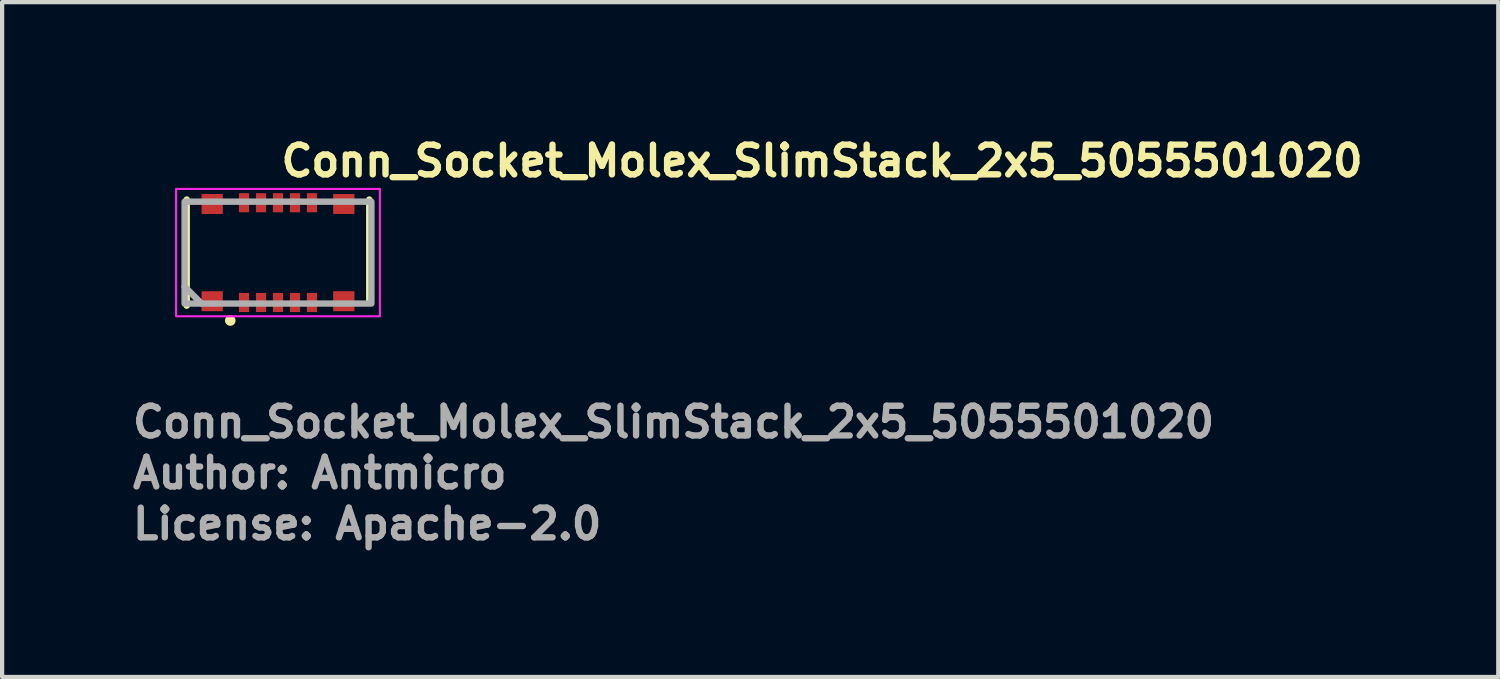
<source format=kicad_pcb>
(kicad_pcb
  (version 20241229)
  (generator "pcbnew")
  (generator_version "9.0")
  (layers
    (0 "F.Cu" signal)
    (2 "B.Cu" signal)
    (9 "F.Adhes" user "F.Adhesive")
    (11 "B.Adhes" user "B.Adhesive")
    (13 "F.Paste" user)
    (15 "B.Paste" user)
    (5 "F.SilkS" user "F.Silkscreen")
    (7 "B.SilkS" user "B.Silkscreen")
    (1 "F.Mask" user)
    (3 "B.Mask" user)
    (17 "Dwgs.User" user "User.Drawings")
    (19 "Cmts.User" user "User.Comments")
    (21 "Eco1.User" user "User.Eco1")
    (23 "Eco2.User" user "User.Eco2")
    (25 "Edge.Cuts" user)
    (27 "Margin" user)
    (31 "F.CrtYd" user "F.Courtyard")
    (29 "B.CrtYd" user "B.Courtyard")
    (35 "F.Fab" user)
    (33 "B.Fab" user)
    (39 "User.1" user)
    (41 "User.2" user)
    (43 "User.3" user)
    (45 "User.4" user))
  (footprint "Conn_Socket_Molex_SlimStack_2x5_5055501020"
    (layer "F.Cu")
    (at 3.498 2.9)
    (property "Reference" "Conn_Socket_Molex_SlimStack_2x5_5055501020" (at 0 -1.75 0) (layer "F.SilkS") (effects (font (size 0.7 0.7) (thickness 0.15)) (justify left bottom)))
    (attr smd)
    (fp_line (start -2.15 -1.25) (end -2.15 1.25) (stroke (width 0.15) (type solid)) (layer "F.SilkS"))
    (fp_line (start 2.15 -1.25) (end 2.15 1.175) (stroke (width 0.15) (type solid)) (layer "F.SilkS"))
    (fp_circle (center -1.124 1.6) (end -1.075 1.6) (stroke (width 0.15) (type solid)) (fill yes) (layer "F.SilkS"))
    (fp_rect (start -2.4 -1.5) (end 2.4 1.5) (stroke (width 0.05) (type solid)) (fill no) (layer "F.CrtYd"))
    (fp_line (start -1.8 1.2) (end -2.2 0.8) (stroke (width 0.15) (type solid)) (layer "F.Fab"))
    (fp_rect (start -2.2 -1.2) (end 2.2 1.2) (stroke (width 0.15) (type solid)) (fill no) (layer "F.Fab"))
    (fp_rect (start -2.15 -1.399) (end 2.15 1.399) (stroke (width 0.1) (type solid)) (fill no) (layer "User.5"))
    (fp_line (start -2.15 -1.22) (end -1.78 -1.22) (stroke (width 0.02) (type solid)) (layer "User.9"))
    (fp_line (start -2.15 -0.4) (end -2.15 -1.22) (stroke (width 0.02) (type solid)) (layer "User.9"))
    (fp_line (start -2.15 -0.4) (end -2.11 -0.4) (stroke (width 0.02) (type solid)) (layer "User.9"))
    (fp_line (start -2.15 0.4) (end -2.11 0.4) (stroke (width 0.02) (type solid)) (layer "User.9"))
    (fp_line (start -2.15 1.22) (end -2.15 0.4) (stroke (width 0.02) (type solid)) (layer "User.9"))
    (fp_line (start -2.15 1.22) (end -1.78 1.22) (stroke (width 0.02) (type solid)) (layer "User.9"))
    (fp_line (start -2.11 0.4) (end -2.11 -0.4) (stroke (width 0.02) (type solid)) (layer "User.9"))
    (fp_line (start -2.1 -1.1) (end -1.52 -1.1) (stroke (width 0.02) (type solid)) (layer "User.9"))
    (fp_line (start -2.1 1.1) (end -2.1 -1.1) (stroke (width 0.02) (type solid)) (layer "User.9"))
    (fp_line (start -1.83 -1.1) (end -1.83 -1.11) (stroke (width 0.02) (type solid)) (layer "User.9"))
    (fp_line (start -1.83 1.11) (end -1.83 1.1) (stroke (width 0.02) (type solid)) (layer "User.9"))
    (fp_line (start -1.83 1.11) (end -1.78 1.11) (stroke (width 0.02) (type solid)) (layer "User.9"))
    (fp_line (start -1.8 -1.379) (end -1.8 -1.22) (stroke (width 0.02) (type solid)) (layer "User.9"))
    (fp_line (start -1.8 1.22) (end -1.8 1.379) (stroke (width 0.02) (type solid)) (layer "User.9"))
    (fp_line (start -1.8 1.379) (end -1.3 1.379) (stroke (width 0.02) (type solid)) (layer "User.9"))
    (fp_line (start -1.78 -1.22) (end -1.78 -1.11) (stroke (width 0.02) (type solid)) (layer "User.9"))
    (fp_line (start -1.78 -1.11) (end -1.83 -1.11) (stroke (width 0.02) (type solid)) (layer "User.9"))
    (fp_line (start -1.78 -1.1) (end -1.78 -1.11) (stroke (width 0.02) (type solid)) (layer "User.9"))
    (fp_line (start -1.78 -0.781) (end -1.78 0.781) (stroke (width 0.02) (type solid)) (layer "User.9"))
    (fp_line (start -1.78 0.781) (end -1.52 1) (stroke (width 0.02) (type solid)) (layer "User.9"))
    (fp_line (start -1.78 1.1) (end -1.78 1.11) (stroke (width 0.02) (type solid)) (layer "User.9"))
    (fp_line (start -1.78 1.22) (end -1.78 1.11) (stroke (width 0.02) (type solid)) (layer "User.9"))
    (fp_line (start -1.754 0.802) (end -1.754 -0.802) (stroke (width 0.02) (type solid)) (layer "User.9"))
    (fp_line (start -1.716 -0.835) (end -1.555 -0.835) (stroke (width 0.02) (type solid)) (layer "User.9"))
    (fp_line (start -1.716 0.835) (end -1.555 0.835) (stroke (width 0.02) (type solid)) (layer "User.9"))
    (fp_line (start -1.695 -1.25) (end -1.695 -1.15) (stroke (width 0.02) (type solid)) (layer "User.9"))
    (fp_line (start -1.695 -1.25) (end -1.395 -1.25) (stroke (width 0.02) (type solid)) (layer "User.9"))
    (fp_line (start -1.695 -1.15) (end -1.695 -1.1) (stroke (width 0.02) (type solid)) (layer "User.9"))
    (fp_line (start -1.695 1.1) (end -1.695 1.15) (stroke (width 0.02) (type solid)) (layer "User.9"))
    (fp_line (start -1.695 1.15) (end -1.695 1.25) (stroke (width 0.02) (type solid)) (layer "User.9"))
    (fp_line (start -1.695 1.25) (end -1.395 1.25) (stroke (width 0.02) (type solid)) (layer "User.9"))
    (fp_line (start -1.579 -0.949) (end -1.555 -0.949) (stroke (width 0.02) (type solid)) (layer "User.9"))
    (fp_line (start -1.555 -0.949) (end -1.555 -0.835) (stroke (width 0.02) (type solid)) (layer "User.9"))
    (fp_line (start -1.555 -0.835) (end -1.485 -0.835) (stroke (width 0.02) (type solid)) (layer "User.9"))
    (fp_line (start -1.555 0.835) (end -1.485 0.835) (stroke (width 0.02) (type solid)) (layer "User.9"))
    (fp_line (start -1.555 0.949) (end -1.579 0.949) (stroke (width 0.02) (type solid)) (layer "User.9"))
    (fp_line (start -1.555 0.949) (end -1.555 0.835) (stroke (width 0.02) (type solid)) (layer "User.9"))
    (fp_line (start -1.555 0.949) (end -1.485 0.922) (stroke (width 0.02) (type solid)) (layer "User.9"))
    (fp_line (start -1.531 -0.99) (end -1.25 -0.99) (stroke (width 0.02) (type solid)) (layer "User.9"))
    (fp_line (start -1.52 -1.1) (end -1.52 -1) (stroke (width 0.02) (type solid)) (layer "User.9"))
    (fp_line (start -1.52 -1) (end -1.78 -0.781) (stroke (width 0.02) (type solid)) (layer "User.9"))
    (fp_line (start -1.52 1) (end -1.52 1.1) (stroke (width 0.02) (type solid)) (layer "User.9"))
    (fp_line (start -1.52 1) (end -1.25 1) (stroke (width 0.02) (type solid)) (layer "User.9"))
    (fp_line (start -1.52 1.1) (end -2.1 1.1) (stroke (width 0.02) (type solid)) (layer "User.9"))
    (fp_line (start -1.52 1.1) (end -1.25 1.1) (stroke (width 0.02) (type solid)) (layer "User.9"))
    (fp_line (start -1.485 -0.922) (end -1.555 -0.949) (stroke (width 0.02) (type solid)) (layer "User.9"))
    (fp_line (start -1.485 -0.922) (end -1.485 -0.835) (stroke (width 0.02) (type solid)) (layer "User.9"))
    (fp_line (start -1.485 -0.922) (end -1.055 -0.922) (stroke (width 0.02) (type solid)) (layer "User.9"))
    (fp_line (start -1.485 0.922) (end -1.485 0.835) (stroke (width 0.02) (type solid)) (layer "User.9"))
    (fp_line (start -1.395 -1.25) (end -1.395 -1.15) (stroke (width 0.02) (type solid)) (layer "User.9"))
    (fp_line (start -1.395 -1.15) (end -1.395 -1.1) (stroke (width 0.02) (type solid)) (layer "User.9"))
    (fp_line (start -1.395 1.1) (end -1.395 1.15) (stroke (width 0.02) (type solid)) (layer "User.9"))
    (fp_line (start -1.395 1.15) (end -1.395 1.25) (stroke (width 0.02) (type solid)) (layer "User.9"))
    (fp_line (start -1.35 -1.22) (end -1.35 -1.11) (stroke (width 0.02) (type solid)) (layer "User.9"))
    (fp_line (start -1.35 -1.22) (end -1.125 -1.22) (stroke (width 0.02) (type solid)) (layer "User.9"))
    (fp_line (start -1.35 -1.11) (end -1.25 -1.11) (stroke (width 0.02) (type solid)) (layer "User.9"))
    (fp_line (start -1.35 -1.1) (end -1.35 -1.11) (stroke (width 0.02) (type solid)) (layer "User.9"))
    (fp_line (start -1.35 -0.99) (end -1.35 -1) (stroke (width 0.02) (type solid)) (layer "User.9"))
    (fp_line (start -1.35 0.99) (end -1.35 1) (stroke (width 0.02) (type solid)) (layer "User.9"))
    (fp_line (start -1.35 1.1) (end -1.35 1.11) (stroke (width 0.02) (type solid)) (layer "User.9"))
    (fp_line (start -1.35 1.11) (end -1.35 1.22) (stroke (width 0.02) (type solid)) (layer "User.9"))
    (fp_line (start -1.35 1.11) (end -1.25 1.11) (stroke (width 0.02) (type solid)) (layer "User.9"))
    (fp_line (start -1.35 1.22) (end -1.125 1.22) (stroke (width 0.02) (type solid)) (layer "User.9"))
    (fp_line (start -1.3 -1.379) (end -1.8 -1.379) (stroke (width 0.02) (type solid)) (layer "User.9"))
    (fp_line (start -1.3 -1.22) (end -1.3 -1.379) (stroke (width 0.02) (type solid)) (layer "User.9"))
    (fp_line (start -1.3 1.379) (end -1.3 1.22) (stroke (width 0.02) (type solid)) (layer "User.9"))
    (fp_line (start -1.25 -1.11) (end -1.25 -0.949) (stroke (width 0.02) (type solid)) (layer "User.9"))
    (fp_line (start -1.25 -1.1) (end -1.52 -1.1) (stroke (width 0.02) (type solid)) (layer "User.9"))
    (fp_line (start -1.25 -1) (end -1.52 -1) (stroke (width 0.02) (type solid)) (layer "User.9"))
    (fp_line (start -1.25 -0.949) (end -1.125 -0.949) (stroke (width 0.02) (type solid)) (layer "User.9"))
    (fp_line (start -1.25 0.949) (end -1.25 1.11) (stroke (width 0.02) (type solid)) (layer "User.9"))
    (fp_line (start -1.25 0.99) (end -1.531 0.99) (stroke (width 0.02) (type solid)) (layer "User.9"))
    (fp_line (start -1.195 -0.27) (end -1.195 0.27) (stroke (width 0.02) (type solid)) (layer "User.9"))
    (fp_line (start -1.195 0.27) (end -1.194 0.278) (stroke (width 0.02) (type solid)) (layer "User.9"))
    (fp_line (start -1.194 -0.287) (end -1.194 -0.278) (stroke (width 0.02) (type solid)) (layer "User.9"))
    (fp_line (start -1.194 -0.278) (end -1.195 -0.27) (stroke (width 0.02) (type solid)) (layer "User.9"))
    (fp_line (start -1.194 0.278) (end -1.194 0.287) (stroke (width 0.02) (type solid)) (layer "User.9"))
    (fp_line (start -1.194 0.287) (end -1.193 0.295) (stroke (width 0.02) (type solid)) (layer "User.9"))
    (fp_line (start -1.193 -0.295) (end -1.194 -0.287) (stroke (width 0.02) (type solid)) (layer "User.9"))
    (fp_line (start -1.193 0.295) (end -1.191 0.304) (stroke (width 0.02) (type solid)) (layer "User.9"))
    (fp_line (start -1.191 -0.304) (end -1.193 -0.295) (stroke (width 0.02) (type solid)) (layer "User.9"))
    (fp_line (start -1.191 0.304) (end -1.189 0.312) (stroke (width 0.02) (type solid)) (layer "User.9"))
    (fp_line (start -1.189 -0.312) (end -1.191 -0.304) (stroke (width 0.02) (type solid)) (layer "User.9"))
    (fp_line (start -1.189 0.312) (end -1.187 0.32) (stroke (width 0.02) (type solid)) (layer "User.9"))
    (fp_line (start -1.187 -0.32) (end -1.189 -0.312) (stroke (width 0.02) (type solid)) (layer "User.9"))
    (fp_line (start -1.187 0.32) (end -1.184 0.328) (stroke (width 0.02) (type solid)) (layer "User.9"))
    (fp_line (start -1.184 -0.328) (end -1.187 -0.32) (stroke (width 0.02) (type solid)) (layer "User.9"))
    (fp_line (start -1.184 0.328) (end -1.181 0.336) (stroke (width 0.02) (type solid)) (layer "User.9"))
    (fp_line (start -1.181 -0.336) (end -1.184 -0.328) (stroke (width 0.02) (type solid)) (layer "User.9"))
    (fp_line (start -1.181 0.336) (end -1.178 0.343) (stroke (width 0.02) (type solid)) (layer "User.9"))
    (fp_line (start -1.178 -0.343) (end -1.181 -0.336) (stroke (width 0.02) (type solid)) (layer "User.9"))
    (fp_line (start -1.178 0.343) (end -1.174 0.351) (stroke (width 0.02) (type solid)) (layer "User.9"))
    (fp_line (start -1.174 -0.351) (end -1.178 -0.343) (stroke (width 0.02) (type solid)) (layer "User.9"))
    (fp_line (start -1.174 0.351) (end -1.17 0.358) (stroke (width 0.02) (type solid)) (layer "User.9"))
    (fp_line (start -1.17 -0.358) (end -1.174 -0.351) (stroke (width 0.02) (type solid)) (layer "User.9"))
    (fp_line (start -1.17 0.358) (end -1.165 0.365) (stroke (width 0.02) (type solid)) (layer "User.9"))
    (fp_line (start -1.165 -0.365) (end -1.17 -0.358) (stroke (width 0.02) (type solid)) (layer "User.9"))
    (fp_line (start -1.165 0.365) (end -1.161 0.371) (stroke (width 0.02) (type solid)) (layer "User.9"))
    (fp_line (start -1.161 -0.371) (end -1.165 -0.365) (stroke (width 0.02) (type solid)) (layer "User.9"))
    (fp_line (start -1.161 0.371) (end -1.156 0.378) (stroke (width 0.02) (type solid)) (layer "User.9"))
    (fp_line (start -1.156 -0.378) (end -1.161 -0.371) (stroke (width 0.02) (type solid)) (layer "User.9"))
    (fp_line (start -1.156 0.378) (end -1.15 0.384) (stroke (width 0.02) (type solid)) (layer "User.9"))
    (fp_line (start -1.15 -0.384) (end -1.156 -0.378) (stroke (width 0.02) (type solid)) (layer "User.9"))
    (fp_line (start -1.15 0.384) (end -1.145 0.39) (stroke (width 0.02) (type solid)) (layer "User.9"))
    (fp_line (start -1.145 -0.39) (end -1.15 -0.384) (stroke (width 0.02) (type solid)) (layer "User.9"))
    (fp_line (start -1.145 0.39) (end -1.139 0.395) (stroke (width 0.02) (type solid)) (layer "User.9"))
    (fp_line (start -1.139 -0.395) (end -1.145 -0.39) (stroke (width 0.02) (type solid)) (layer "User.9"))
    (fp_line (start -1.139 0.395) (end -1.133 0.401) (stroke (width 0.02) (type solid)) (layer "User.9"))
    (fp_line (start -1.133 -0.401) (end -1.139 -0.395) (stroke (width 0.02) (type solid)) (layer "User.9"))
    (fp_line (start -1.133 0.401) (end -1.126 0.406) (stroke (width 0.02) (type solid)) (layer "User.9"))
    (fp_line (start -1.126 -0.406) (end -1.133 -0.401) (stroke (width 0.02) (type solid)) (layer "User.9"))
    (fp_line (start -1.126 0.406) (end -1.12 0.41) (stroke (width 0.02) (type solid)) (layer "User.9"))
    (fp_line (start -1.125 -1.22) (end -1.055 -1.22) (stroke (width 0.02) (type solid)) (layer "User.9"))
    (fp_line (start -1.125 -0.949) (end -1.125 -1.22) (stroke (width 0.02) (type solid)) (layer "User.9"))
    (fp_line (start -1.125 -0.949) (end -1.055 -0.922) (stroke (width 0.02) (type solid)) (layer "User.9"))
    (fp_line (start -1.125 -0.27) (end -1.125 0.27) (stroke (width 0.02) (type solid)) (layer "User.9"))
    (fp_line (start -1.125 -0.27) (end -1.125 0.27) (stroke (width 0.02) (type solid)) (layer "User.9"))
    (fp_line (start -1.125 -0.27) (end -1.124 -0.279) (stroke (width 0.02) (type solid)) (layer "User.9"))
    (fp_line (start -1.125 0.949) (end -1.25 0.949) (stroke (width 0.02) (type solid)) (layer "User.9"))
    (fp_line (start -1.125 1.22) (end -1.125 0.949) (stroke (width 0.02) (type solid)) (layer "User.9"))
    (fp_line (start -1.124 -0.279) (end -1.122 -0.289) (stroke (width 0.02) (type solid)) (layer "User.9"))
    (fp_line (start -1.124 0.275) (end -1.125 0.27) (stroke (width 0.02) (type solid)) (layer "User.9"))
    (fp_line (start -1.124 0.279) (end -1.124 0.275) (stroke (width 0.02) (type solid)) (layer "User.9"))
    (fp_line (start -1.123 0.284) (end -1.124 0.279) (stroke (width 0.02) (type solid)) (layer "User.9"))
    (fp_line (start -1.122 -0.289) (end -1.121 -0.293) (stroke (width 0.02) (type solid)) (layer "User.9"))
    (fp_line (start -1.122 0.289) (end -1.123 0.284) (stroke (width 0.02) (type solid)) (layer "User.9"))
    (fp_line (start -1.121 -0.293) (end -1.12 -0.297) (stroke (width 0.02) (type solid)) (layer "User.9"))
    (fp_line (start -1.121 0.293) (end -1.122 0.289) (stroke (width 0.02) (type solid)) (layer "User.9"))
    (fp_line (start -1.12 -0.41) (end -1.126 -0.406) (stroke (width 0.02) (type solid)) (layer "User.9"))
    (fp_line (start -1.12 -0.297) (end -1.119 -0.301) (stroke (width 0.02) (type solid)) (layer "User.9"))
    (fp_line (start -1.12 0.297) (end -1.121 0.293) (stroke (width 0.02) (type solid)) (layer "User.9"))
    (fp_line (start -1.12 0.41) (end -1.113 0.415) (stroke (width 0.02) (type solid)) (layer "User.9"))
    (fp_line (start -1.119 -0.301) (end -1.118 -0.305) (stroke (width 0.02) (type solid)) (layer "User.9"))
    (fp_line (start -1.119 0.301) (end -1.12 0.297) (stroke (width 0.02) (type solid)) (layer "User.9"))
    (fp_line (start -1.118 -0.305) (end -1.116 -0.309) (stroke (width 0.02) (type solid)) (layer "User.9"))
    (fp_line (start -1.118 0.305) (end -1.119 0.301) (stroke (width 0.02) (type solid)) (layer "User.9"))
    (fp_line (start -1.118 0.306) (end -1.116 0.311) (stroke (width 0.02) (type solid)) (layer "User.9"))
    (fp_line (start -1.116 -0.311) (end -1.118 -0.306) (stroke (width 0.02) (type solid)) (layer "User.9"))
    (fp_line (start -1.116 -0.309) (end -1.115 -0.313) (stroke (width 0.02) (type solid)) (layer "User.9"))
    (fp_line (start -1.116 0.309) (end -1.118 0.305) (stroke (width 0.02) (type solid)) (layer "User.9"))
    (fp_line (start -1.116 0.311) (end -1.113 0.316) (stroke (width 0.02) (type solid)) (layer "User.9"))
    (fp_line (start -1.115 -0.313) (end -1.113 -0.317) (stroke (width 0.02) (type solid)) (layer "User.9"))
    (fp_line (start -1.115 0.313) (end -1.116 0.309) (stroke (width 0.02) (type solid)) (layer "User.9"))
    (fp_line (start -1.113 -0.415) (end -1.12 -0.41) (stroke (width 0.02) (type solid)) (layer "User.9"))
    (fp_line (start -1.113 -0.317) (end -1.111 -0.32) (stroke (width 0.02) (type solid)) (layer "User.9"))
    (fp_line (start -1.113 -0.316) (end -1.116 -0.311) (stroke (width 0.02) (type solid)) (layer "User.9"))
    (fp_line (start -1.113 0.316) (end -1.11 0.321) (stroke (width 0.02) (type solid)) (layer "User.9"))
    (fp_line (start -1.113 0.317) (end -1.115 0.313) (stroke (width 0.02) (type solid)) (layer "User.9"))
    (fp_line (start -1.113 0.415) (end -1.106 0.419) (stroke (width 0.02) (type solid)) (layer "User.9"))
    (fp_line (start -1.111 -0.32) (end -1.107 -0.326) (stroke (width 0.02) (type solid)) (layer "User.9"))
    (fp_line (start -1.111 0.32) (end -1.113 0.317) (stroke (width 0.02) (type solid)) (layer "User.9"))
    (fp_line (start -1.11 -0.321) (end -1.113 -0.316) (stroke (width 0.02) (type solid)) (layer "User.9"))
    (fp_line (start -1.11 0.321) (end -1.107 0.326) (stroke (width 0.02) (type solid)) (layer "User.9"))
    (fp_line (start -1.109 0.323) (end -1.111 0.32) (stroke (width 0.02) (type solid)) (layer "User.9"))
    (fp_line (start -1.107 -0.326) (end -1.11 -0.321) (stroke (width 0.02) (type solid)) (layer "User.9"))
    (fp_line (start -1.107 -0.326) (end -1.103 -0.332) (stroke (width 0.02) (type solid)) (layer "User.9"))
    (fp_line (start -1.107 0.326) (end -1.109 0.323) (stroke (width 0.02) (type solid)) (layer "User.9"))
    (fp_line (start -1.107 0.326) (end -1.104 0.33) (stroke (width 0.02) (type solid)) (layer "User.9"))
    (fp_line (start -1.106 -0.419) (end -1.113 -0.415) (stroke (width 0.02) (type solid)) (layer "User.9"))
    (fp_line (start -1.106 0.419) (end -1.098 0.423) (stroke (width 0.02) (type solid)) (layer "User.9"))
    (fp_line (start -1.105 0.329) (end -1.107 0.326) (stroke (width 0.02) (type solid)) (layer "User.9"))
    (fp_line (start -1.104 -0.33) (end -1.107 -0.326) (stroke (width 0.02) (type solid)) (layer "User.9"))
    (fp_line (start -1.104 0.33) (end -1.101 0.334) (stroke (width 0.02) (type solid)) (layer "User.9"))
    (fp_line (start -1.103 -0.332) (end -1.098 -0.338) (stroke (width 0.02) (type solid)) (layer "User.9"))
    (fp_line (start -1.103 0.332) (end -1.105 0.329) (stroke (width 0.02) (type solid)) (layer "User.9"))
    (fp_line (start -1.101 -0.334) (end -1.104 -0.33) (stroke (width 0.02) (type solid)) (layer "User.9"))
    (fp_line (start -1.101 0.334) (end -1.097 0.339) (stroke (width 0.02) (type solid)) (layer "User.9"))
    (fp_line (start -1.1 0.335) (end -1.103 0.332) (stroke (width 0.02) (type solid)) (layer "User.9"))
    (fp_line (start -1.098 -0.423) (end -1.106 -0.419) (stroke (width 0.02) (type solid)) (layer "User.9"))
    (fp_line (start -1.098 -0.338) (end -1.093 -0.343) (stroke (width 0.02) (type solid)) (layer "User.9"))
    (fp_line (start -1.098 0.338) (end -1.1 0.335) (stroke (width 0.02) (type solid)) (layer "User.9"))
    (fp_line (start -1.098 0.423) (end -1.091 0.426) (stroke (width 0.02) (type solid)) (layer "User.9"))
    (fp_line (start -1.097 -0.339) (end -1.101 -0.334) (stroke (width 0.02) (type solid)) (layer "User.9"))
    (fp_line (start -1.097 0.339) (end -1.093 0.342) (stroke (width 0.02) (type solid)) (layer "User.9"))
    (fp_line (start -1.095 0.34) (end -1.098 0.338) (stroke (width 0.02) (type solid)) (layer "User.9"))
    (fp_line (start -1.093 -0.343) (end -1.087 -0.347) (stroke (width 0.02) (type solid)) (layer "User.9"))
    (fp_line (start -1.093 -0.342) (end -1.097 -0.339) (stroke (width 0.02) (type solid)) (layer "User.9"))
    (fp_line (start -1.093 0.342) (end -1.089 0.346) (stroke (width 0.02) (type solid)) (layer "User.9"))
    (fp_line (start -1.093 0.343) (end -1.095 0.34) (stroke (width 0.02) (type solid)) (layer "User.9"))
    (fp_line (start -1.091 -0.426) (end -1.098 -0.423) (stroke (width 0.02) (type solid)) (layer "User.9"))
    (fp_line (start -1.091 0.426) (end -1.083 0.429) (stroke (width 0.02) (type solid)) (layer "User.9"))
    (fp_line (start -1.09 0.345) (end -1.093 0.343) (stroke (width 0.02) (type solid)) (layer "User.9"))
    (fp_line (start -1.089 -0.346) (end -1.093 -0.342) (stroke (width 0.02) (type solid)) (layer "User.9"))
    (fp_line (start -1.089 0.346) (end -1.084 0.35) (stroke (width 0.02) (type solid)) (layer "User.9"))
    (fp_line (start -1.087 -0.347) (end -1.081 -0.352) (stroke (width 0.02) (type solid)) (layer "User.9"))
    (fp_line (start -1.087 0.347) (end -1.09 0.345) (stroke (width 0.02) (type solid)) (layer "User.9"))
    (fp_line (start -1.084 -0.35) (end -1.089 -0.346) (stroke (width 0.02) (type solid)) (layer "User.9"))
    (fp_line (start -1.084 0.35) (end -1.08 0.353) (stroke (width 0.02) (type solid)) (layer "User.9"))
    (fp_line (start -1.083 -0.429) (end -1.091 -0.426) (stroke (width 0.02) (type solid)) (layer "User.9"))
    (fp_line (start -1.083 0.429) (end -1.075 0.432) (stroke (width 0.02) (type solid)) (layer "User.9"))
    (fp_line (start -1.081 -0.352) (end -1.075 -0.355) (stroke (width 0.02) (type solid)) (layer "User.9"))
    (fp_line (start -1.081 0.352) (end -1.087 0.347) (stroke (width 0.02) (type solid)) (layer "User.9"))
    (fp_line (start -1.08 -0.353) (end -1.084 -0.35) (stroke (width 0.02) (type solid)) (layer "User.9"))
    (fp_line (start -1.08 0.353) (end -1.075 0.356) (stroke (width 0.02) (type solid)) (layer "User.9"))
    (fp_line (start -1.075 -0.432) (end -1.083 -0.429) (stroke (width 0.02) (type solid)) (layer "User.9"))
    (fp_line (start -1.075 -0.356) (end -1.08 -0.353) (stroke (width 0.02) (type solid)) (layer "User.9"))
    (fp_line (start -1.075 -0.355) (end -1.068 -0.359) (stroke (width 0.02) (type solid)) (layer "User.9"))
    (fp_line (start -1.075 0.355) (end -1.081 0.352) (stroke (width 0.02) (type solid)) (layer "User.9"))
    (fp_line (start -1.075 0.356) (end -1.07 0.358) (stroke (width 0.02) (type solid)) (layer "User.9"))
    (fp_line (start -1.075 0.432) (end -1.067 0.434) (stroke (width 0.02) (type solid)) (layer "User.9"))
    (fp_line (start -1.07 -0.358) (end -1.075 -0.356) (stroke (width 0.02) (type solid)) (layer "User.9"))
    (fp_line (start -1.07 0.358) (end -1.065 0.361) (stroke (width 0.02) (type solid)) (layer "User.9"))
    (fp_line (start -1.068 -0.359) (end -1.062 -0.362) (stroke (width 0.02) (type solid)) (layer "User.9"))
    (fp_line (start -1.068 0.359) (end -1.075 0.355) (stroke (width 0.02) (type solid)) (layer "User.9"))
    (fp_line (start -1.067 -0.434) (end -1.075 -0.432) (stroke (width 0.02) (type solid)) (layer "User.9"))
    (fp_line (start -1.067 0.434) (end -1.059 0.436) (stroke (width 0.02) (type solid)) (layer "User.9"))
    (fp_line (start -1.065 -0.361) (end -1.07 -0.358) (stroke (width 0.02) (type solid)) (layer "User.9"))
    (fp_line (start -1.065 0.361) (end -1.06 0.363) (stroke (width 0.02) (type solid)) (layer "User.9"))
    (fp_line (start -1.062 -0.362) (end -1.055 -0.365) (stroke (width 0.02) (type solid)) (layer "User.9"))
    (fp_line (start -1.062 0.362) (end -1.068 0.359) (stroke (width 0.02) (type solid)) (layer "User.9"))
    (fp_line (start -1.06 -0.363) (end -1.065 -0.361) (stroke (width 0.02) (type solid)) (layer "User.9"))
    (fp_line (start -1.06 0.363) (end -1.055 0.365) (stroke (width 0.02) (type solid)) (layer "User.9"))
    (fp_line (start -1.059 -0.436) (end -1.067 -0.434) (stroke (width 0.02) (type solid)) (layer "User.9"))
    (fp_line (start -1.059 0.436) (end -1.05 0.438) (stroke (width 0.02) (type solid)) (layer "User.9"))
    (fp_line (start -1.055 -1.22) (end -1.055 -0.81) (stroke (width 0.02) (type solid)) (layer "User.9"))
    (fp_line (start -1.055 -0.835) (end -1.485 -0.835) (stroke (width 0.02) (type solid)) (layer "User.9"))
    (fp_line (start -1.055 -0.81) (end 1.055 -0.81) (stroke (width 0.02) (type solid)) (layer "User.9"))
    (fp_line (start -1.055 -0.76) (end -1.055 -0.81) (stroke (width 0.02) (type solid)) (layer "User.9"))
    (fp_line (start -1.055 -0.76) (end 1.055 -0.76) (stroke (width 0.02) (type solid)) (layer "User.9"))
    (fp_line (start -1.055 -0.365) (end -1.06 -0.363) (stroke (width 0.02) (type solid)) (layer "User.9"))
    (fp_line (start -1.055 0.365) (end -1.062 0.362) (stroke (width 0.02) (type solid)) (layer "User.9"))
    (fp_line (start -1.055 0.365) (end -1.053 0.365) (stroke (width 0.02) (type solid)) (layer "User.9"))
    (fp_line (start -1.055 0.365) (end -1.051 0.366) (stroke (width 0.02) (type solid)) (layer "User.9"))
    (fp_line (start -1.055 0.81) (end -1.055 0.76) (stroke (width 0.02) (type solid)) (layer "User.9"))
    (fp_line (start -1.055 0.81) (end -1.055 1.22) (stroke (width 0.02) (type solid)) (layer "User.9"))
    (fp_line (start -1.055 0.835) (end -1.485 0.835) (stroke (width 0.02) (type solid)) (layer "User.9"))
    (fp_line (start -1.055 0.922) (end -1.485 0.922) (stroke (width 0.02) (type solid)) (layer "User.9"))
    (fp_line (start -1.055 0.922) (end -1.125 0.949) (stroke (width 0.02) (type solid)) (layer "User.9"))
    (fp_line (start -1.055 1.22) (end -1.125 1.22) (stroke (width 0.02) (type solid)) (layer "User.9"))
    (fp_line (start -1.055 1.22) (end 1.055 1.22) (stroke (width 0.02) (type solid)) (layer "User.9"))
    (fp_line (start -1.053 -0.365) (end -1.055 -0.365) (stroke (width 0.02) (type solid)) (layer "User.9"))
    (fp_line (start -1.053 0.365) (end -1.051 0.366) (stroke (width 0.02) (type solid)) (layer "User.9"))
    (fp_line (start -1.051 -0.366) (end -1.055 -0.365) (stroke (width 0.02) (type solid)) (layer "User.9"))
    (fp_line (start -1.051 -0.366) (end -1.053 -0.365) (stroke (width 0.02) (type solid)) (layer "User.9"))
    (fp_line (start -1.051 0.366) (end -1.05 0.366) (stroke (width 0.02) (type solid)) (layer "User.9"))
    (fp_line (start -1.051 0.366) (end -1.047 0.367) (stroke (width 0.02) (type solid)) (layer "User.9"))
    (fp_line (start -1.05 -0.438) (end -1.059 -0.436) (stroke (width 0.02) (type solid)) (layer "User.9"))
    (fp_line (start -1.05 -0.366) (end -1.051 -0.366) (stroke (width 0.02) (type solid)) (layer "User.9"))
    (fp_line (start -1.05 0.366) (end -1.048 0.366) (stroke (width 0.02) (type solid)) (layer "User.9"))
    (fp_line (start -1.05 0.438) (end -1.042 0.439) (stroke (width 0.02) (type solid)) (layer "User.9"))
    (fp_line (start -1.048 -0.366) (end -1.05 -0.366) (stroke (width 0.02) (type solid)) (layer "User.9"))
    (fp_line (start -1.048 0.366) (end -1.047 0.366) (stroke (width 0.02) (type solid)) (layer "User.9"))
    (fp_line (start -1.047 -0.367) (end -1.051 -0.366) (stroke (width 0.02) (type solid)) (layer "User.9"))
    (fp_line (start -1.047 0.366) (end -1.045 0.366) (stroke (width 0.02) (type solid)) (layer "User.9"))
    (fp_line (start -1.047 0.367) (end -1.043 0.368) (stroke (width 0.02) (type solid)) (layer "User.9"))
    (fp_line (start -1.046 -0.366) (end -1.048 -0.366) (stroke (width 0.02) (type solid)) (layer "User.9"))
    (fp_line (start -1.045 -0.366) (end -1.046 -0.366) (stroke (width 0.02) (type solid)) (layer "User.9"))
    (fp_line (start -1.045 0.366) (end -1.044 0.366) (stroke (width 0.02) (type solid)) (layer "User.9"))
    (fp_line (start -1.044 -0.366) (end -1.045 -0.366) (stroke (width 0.02) (type solid)) (layer "User.9"))
    (fp_line (start -1.044 0.366) (end -1.042 0.365) (stroke (width 0.02) (type solid)) (layer "User.9"))
    (fp_line (start -1.043 -0.368) (end -1.047 -0.367) (stroke (width 0.02) (type solid)) (layer "User.9"))
    (fp_line (start -1.043 0.368) (end -1.04 0.368) (stroke (width 0.02) (type solid)) (layer "User.9"))
    (fp_line (start -1.042 -0.439) (end -1.05 -0.438) (stroke (width 0.02) (type solid)) (layer "User.9"))
    (fp_line (start -1.042 -0.365) (end -1.044 -0.366) (stroke (width 0.02) (type solid)) (layer "User.9"))
    (fp_line (start -1.042 0.365) (end -1.041 0.365) (stroke (width 0.02) (type solid)) (layer "User.9"))
    (fp_line (start -1.042 0.439) (end -1.033 0.439) (stroke (width 0.02) (type solid)) (layer "User.9"))
    (fp_line (start -1.041 -0.365) (end -1.042 -0.365) (stroke (width 0.02) (type solid)) (layer "User.9"))
    (fp_line (start -1.041 0.365) (end -1.039 0.364) (stroke (width 0.02) (type solid)) (layer "User.9"))
    (fp_line (start -1.04 -0.368) (end -1.043 -0.368) (stroke (width 0.02) (type solid)) (layer "User.9"))
    (fp_line (start -1.04 0.368) (end -1.036 0.369) (stroke (width 0.02) (type solid)) (layer "User.9"))
    (fp_line (start -1.039 -0.364) (end -1.041 -0.365) (stroke (width 0.02) (type solid)) (layer "User.9"))
    (fp_line (start -1.039 0.364) (end -1.038 0.364) (stroke (width 0.02) (type solid)) (layer "User.9"))
    (fp_line (start -1.038 -0.364) (end -1.039 -0.364) (stroke (width 0.02) (type solid)) (layer "User.9"))
    (fp_line (start -1.038 0.364) (end -1.037 0.363) (stroke (width 0.02) (type solid)) (layer "User.9"))
    (fp_line (start -1.037 -0.363) (end -1.038 -0.364) (stroke (width 0.02) (type solid)) (layer "User.9"))
    (fp_line (start -1.037 0.363) (end -1.036 0.362) (stroke (width 0.02) (type solid)) (layer "User.9"))
    (fp_line (start -1.036 -0.369) (end -1.04 -0.368) (stroke (width 0.02) (type solid)) (layer "User.9"))
    (fp_line (start -1.036 -0.362) (end -1.037 -0.363) (stroke (width 0.02) (type solid)) (layer "User.9"))
    (fp_line (start -1.036 0.362) (end -1.035 0.361) (stroke (width 0.02) (type solid)) (layer "User.9"))
    (fp_line (start -1.036 0.369) (end -1.032 0.369) (stroke (width 0.02) (type solid)) (layer "User.9"))
    (fp_line (start -1.035 -0.361) (end -1.036 -0.362) (stroke (width 0.02) (type solid)) (layer "User.9"))
    (fp_line (start -1.035 0.361) (end -1.034 0.361) (stroke (width 0.02) (type solid)) (layer "User.9"))
    (fp_line (start -1.034 -0.36) (end -1.035 -0.361) (stroke (width 0.02) (type solid)) (layer "User.9"))
    (fp_line (start -1.034 0.361) (end -1.033 0.36) (stroke (width 0.02) (type solid)) (layer "User.9"))
    (fp_line (start -1.033 -0.439) (end -1.042 -0.439) (stroke (width 0.02) (type solid)) (layer "User.9"))
    (fp_line (start -1.033 -0.36) (end -1.034 -0.36) (stroke (width 0.02) (type solid)) (layer "User.9"))
    (fp_line (start -1.033 0.36) (end -1.032 0.359) (stroke (width 0.02) (type solid)) (layer "User.9"))
    (fp_line (start -1.033 0.439) (end -1.025 0.44) (stroke (width 0.02) (type solid)) (layer "User.9"))
    (fp_line (start -1.032 -0.369) (end -1.036 -0.369) (stroke (width 0.02) (type solid)) (layer "User.9"))
    (fp_line (start -1.032 -0.359) (end -1.033 -0.36) (stroke (width 0.02) (type solid)) (layer "User.9"))
    (fp_line (start -1.032 0.359) (end -1.031 0.357) (stroke (width 0.02) (type solid)) (layer "User.9"))
    (fp_line (start -1.032 0.369) (end -1.028 0.369) (stroke (width 0.02) (type solid)) (layer "User.9"))
    (fp_line (start -1.031 -0.357) (end -1.032 -0.359) (stroke (width 0.02) (type solid)) (layer "User.9"))
    (fp_line (start -1.031 0.357) (end -1.03 0.356) (stroke (width 0.02) (type solid)) (layer "User.9"))
    (fp_line (start -1.03 -0.356) (end -1.031 -0.357) (stroke (width 0.02) (type solid)) (layer "User.9"))
    (fp_line (start -1.03 0.356) (end -1.029 0.355) (stroke (width 0.02) (type solid)) (layer "User.9"))
    (fp_line (start -1.029 -0.355) (end -1.03 -0.356) (stroke (width 0.02) (type solid)) (layer "User.9"))
    (fp_line (start -1.029 0.355) (end -1.028 0.354) (stroke (width 0.02) (type solid)) (layer "User.9"))
    (fp_line (start -1.028 -0.369) (end -1.032 -0.369) (stroke (width 0.02) (type solid)) (layer "User.9"))
    (fp_line (start -1.028 -0.354) (end -1.029 -0.355) (stroke (width 0.02) (type solid)) (layer "User.9"))
    (fp_line (start -1.028 -0.353) (end -1.028 -0.354) (stroke (width 0.02) (type solid)) (layer "User.9"))
    (fp_line (start -1.028 0.353) (end -1.027 0.352) (stroke (width 0.02) (type solid)) (layer "User.9"))
    (fp_line (start -1.028 0.354) (end -1.028 0.353) (stroke (width 0.02) (type solid)) (layer "User.9"))
    (fp_line (start -1.028 0.369) (end -1.025 0.37) (stroke (width 0.02) (type solid)) (layer "User.9"))
    (fp_line (start -1.027 -0.351) (end -1.028 -0.353) (stroke (width 0.02) (type solid)) (layer "User.9"))
    (fp_line (start -1.027 0.352) (end -1.026 0.35) (stroke (width 0.02) (type solid)) (layer "User.9"))
    (fp_line (start -1.026 -0.35) (end -1.027 -0.351) (stroke (width 0.02) (type solid)) (layer "User.9"))
    (fp_line (start -1.026 -0.349) (end -1.026 -0.35) (stroke (width 0.02) (type solid)) (layer "User.9"))
    (fp_line (start -1.026 -0.348) (end -1.026 -0.349) (stroke (width 0.02) (type solid)) (layer "User.9"))
    (fp_line (start -1.026 0.348) (end -1.025 0.346) (stroke (width 0.02) (type solid)) (layer "User.9"))
    (fp_line (start -1.026 0.349) (end -1.026 0.348) (stroke (width 0.02) (type solid)) (layer "User.9"))
    (fp_line (start -1.026 0.35) (end -1.026 0.349) (stroke (width 0.02) (type solid)) (layer "User.9"))
    (fp_line (start -1.025 -0.44) (end -1.033 -0.439) (stroke (width 0.02) (type solid)) (layer "User.9"))
    (fp_line (start -1.025 -0.37) (end -1.028 -0.369) (stroke (width 0.02) (type solid)) (layer "User.9"))
    (fp_line (start -1.025 -0.346) (end -1.026 -0.348) (stroke (width 0.02) (type solid)) (layer "User.9"))
    (fp_line (start -1.025 -0.345) (end -1.025 -0.346) (stroke (width 0.02) (type solid)) (layer "User.9"))
    (fp_line (start -1.025 -0.343) (end -1.025 -0.345) (stroke (width 0.02) (type solid)) (layer "User.9"))
    (fp_line (start -1.025 -0.342) (end -1.025 -0.343) (stroke (width 0.02) (type solid)) (layer "User.9"))
    (fp_line (start -1.025 -0.34) (end -1.025 0.34) (stroke (width 0.02) (type solid)) (layer "User.9"))
    (fp_line (start -1.025 -0.34) (end -1.024 -0.341) (stroke (width 0.02) (type solid)) (layer "User.9"))
    (fp_line (start -1.025 0.342) (end -1.024 0.341) (stroke (width 0.02) (type solid)) (layer "User.9"))
    (fp_line (start -1.025 0.344) (end -1.025 0.342) (stroke (width 0.02) (type solid)) (layer "User.9"))
    (fp_line (start -1.025 0.345) (end -1.025 0.344) (stroke (width 0.02) (type solid)) (layer "User.9"))
    (fp_line (start -1.025 0.346) (end -1.025 0.345) (stroke (width 0.02) (type solid)) (layer "User.9"))
    (fp_line (start -1.025 0.37) (end -0.89 0.37) (stroke (width 0.02) (type solid)) (layer "User.9"))
    (fp_line (start -1.025 0.37) (end 1.025 0.37) (stroke (width 0.02) (type solid)) (layer "User.9"))
    (fp_line (start -1.025 0.44) (end -0.89 0.44) (stroke (width 0.02) (type solid)) (layer "User.9"))
    (fp_line (start -1.024 -0.341) (end -1.025 -0.342) (stroke (width 0.02) (type solid)) (layer "User.9"))
    (fp_line (start -1.024 0.341) (end -1.025 0.34) (stroke (width 0.02) (type solid)) (layer "User.9"))
    (fp_line (start -0.92 -1.399) (end -0.92 -1.22) (stroke (width 0.02) (type solid)) (layer "User.9"))
    (fp_line (start -0.92 1.22) (end -0.92 1.399) (stroke (width 0.02) (type solid)) (layer "User.9"))
    (fp_line (start -0.92 1.399) (end -0.68 1.399) (stroke (width 0.02) (type solid)) (layer "User.9"))
    (fp_line (start -0.89 -0.76) (end -0.89 -0.725) (stroke (width 0.02) (type solid)) (layer "User.9"))
    (fp_line (start -0.89 -0.725) (end -0.89 -0.689) (stroke (width 0.02) (type solid)) (layer "User.9"))
    (fp_line (start -0.89 -0.689) (end -0.89 -0.627) (stroke (width 0.02) (type solid)) (layer "User.9"))
    (fp_line (start -0.89 -0.689) (end -0.71 -0.689) (stroke (width 0.02) (type solid)) (layer "User.9"))
    (fp_line (start -0.89 -0.627) (end -0.71 -0.627) (stroke (width 0.02) (type solid)) (layer "User.9"))
    (fp_line (start -0.89 -0.611) (end -0.89 -0.469) (stroke (width 0.02) (type solid)) (layer "User.9"))
    (fp_line (start -0.89 -0.611) (end -0.71 -0.611) (stroke (width 0.02) (type solid)) (layer "User.9"))
    (fp_line (start -0.89 -0.469) (end -0.89 -0.386) (stroke (width 0.02) (type solid)) (layer "User.9"))
    (fp_line (start -0.89 -0.469) (end -0.71 -0.469) (stroke (width 0.02) (type solid)) (layer "User.9"))
    (fp_line (start -0.89 -0.44) (end -1.025 -0.44) (stroke (width 0.02) (type solid)) (layer "User.9"))
    (fp_line (start -0.89 -0.386) (end -0.89 -0.37) (stroke (width 0.02) (type solid)) (layer "User.9"))
    (fp_line (start -0.89 -0.37) (end -1.025 -0.37) (stroke (width 0.02) (type solid)) (layer "User.9"))
    (fp_line (start -0.89 0.37) (end -0.89 0.386) (stroke (width 0.02) (type solid)) (layer "User.9"))
    (fp_line (start -0.89 0.386) (end -0.89 0.469) (stroke (width 0.02) (type solid)) (layer "User.9"))
    (fp_line (start -0.89 0.469) (end -0.89 0.611) (stroke (width 0.02) (type solid)) (layer "User.9"))
    (fp_line (start -0.89 0.469) (end -0.71 0.469) (stroke (width 0.02) (type solid)) (layer "User.9"))
    (fp_line (start -0.89 0.611) (end -0.71 0.611) (stroke (width 0.02) (type solid)) (layer "User.9"))
    (fp_line (start -0.89 0.627) (end -0.89 0.689) (stroke (width 0.02) (type solid)) (layer "User.9"))
    (fp_line (start -0.89 0.627) (end -0.71 0.627) (stroke (width 0.02) (type solid)) (layer "User.9"))
    (fp_line (start -0.89 0.689) (end -0.89 0.725) (stroke (width 0.02) (type solid)) (layer "User.9"))
    (fp_line (start -0.89 0.689) (end -0.71 0.689) (stroke (width 0.02) (type solid)) (layer "User.9"))
    (fp_line (start -0.89 0.725) (end -0.89 0.76) (stroke (width 0.02) (type solid)) (layer "User.9"))
    (fp_line (start -0.87 -1.25) (end -0.87 -1.22) (stroke (width 0.02) (type solid)) (layer "User.9"))
    (fp_line (start -0.87 -1.25) (end -0.73 -1.25) (stroke (width 0.02) (type solid)) (layer "User.9"))
    (fp_line (start -0.87 1.22) (end -0.87 1.25) (stroke (width 0.02) (type solid)) (layer "User.9"))
    (fp_line (start -0.87 1.25) (end -0.73 1.25) (stroke (width 0.02) (type solid)) (layer "User.9"))
    (fp_line (start -0.73 -1.25) (end -0.73 -1.22) (stroke (width 0.02) (type solid)) (layer "User.9"))
    (fp_line (start -0.73 1.22) (end -0.73 1.25) (stroke (width 0.02) (type solid)) (layer "User.9"))
    (fp_line (start -0.71 -0.76) (end -0.71 -0.725) (stroke (width 0.02) (type solid)) (layer "User.9"))
    (fp_line (start -0.71 -0.725) (end -0.71 -0.689) (stroke (width 0.02) (type solid)) (layer "User.9"))
    (fp_line (start -0.71 -0.689) (end -0.71 -0.627) (stroke (width 0.02) (type solid)) (layer "User.9"))
    (fp_line (start -0.71 -0.611) (end -0.71 -0.469) (stroke (width 0.02) (type solid)) (layer "User.9"))
    (fp_line (start -0.71 -0.469) (end -0.71 -0.386) (stroke (width 0.02) (type solid)) (layer "User.9"))
    (fp_line (start -0.71 -0.386) (end -0.71 -0.37) (stroke (width 0.02) (type solid)) (layer "User.9"))
    (fp_line (start -0.71 0.37) (end -0.71 0.386) (stroke (width 0.02) (type solid)) (layer "User.9"))
    (fp_line (start -0.71 0.37) (end -0.49 0.37) (stroke (width 0.02) (type solid)) (layer "User.9"))
    (fp_line (start -0.71 0.386) (end -0.71 0.469) (stroke (width 0.02) (type solid)) (layer "User.9"))
    (fp_line (start -0.71 0.44) (end -0.49 0.44) (stroke (width 0.02) (type solid)) (layer "User.9"))
    (fp_line (start -0.71 0.469) (end -0.71 0.611) (stroke (width 0.02) (type solid)) (layer "User.9"))
    (fp_line (start -0.71 0.627) (end -0.71 0.689) (stroke (width 0.02) (type solid)) (layer "User.9"))
    (fp_line (start -0.71 0.689) (end -0.71 0.725) (stroke (width 0.02) (type solid)) (layer "User.9"))
    (fp_line (start -0.71 0.725) (end -0.71 0.76) (stroke (width 0.02) (type solid)) (layer "User.9"))
    (fp_line (start -0.68 -1.399) (end -0.92 -1.399) (stroke (width 0.02) (type solid)) (layer "User.9"))
    (fp_line (start -0.68 -1.22) (end -0.68 -1.399) (stroke (width 0.02) (type solid)) (layer "User.9"))
    (fp_line (start -0.68 1.399) (end -0.68 1.22) (stroke (width 0.02) (type solid)) (layer "User.9"))
    (fp_line (start -0.52 -1.399) (end -0.52 -1.22) (stroke (width 0.02) (type solid)) (layer "User.9"))
    (fp_line (start -0.52 1.22) (end -0.52 1.399) (stroke (width 0.02) (type solid)) (layer "User.9"))
    (fp_line (start -0.52 1.399) (end -0.28 1.399) (stroke (width 0.02) (type solid)) (layer "User.9"))
    (fp_line (start -0.49 -0.76) (end -0.49 -0.725) (stroke (width 0.02) (type solid)) (layer "User.9"))
    (fp_line (start -0.49 -0.725) (end -0.49 -0.689) (stroke (width 0.02) (type solid)) (layer "User.9"))
    (fp_line (start -0.49 -0.689) (end -0.49 -0.627) (stroke (width 0.02) (type solid)) (layer "User.9"))
    (fp_line (start -0.49 -0.689) (end -0.31 -0.689) (stroke (width 0.02) (type solid)) (layer "User.9"))
    (fp_line (start -0.49 -0.627) (end -0.31 -0.627) (stroke (width 0.02) (type solid)) (layer "User.9"))
    (fp_line (start -0.49 -0.611) (end -0.49 -0.469) (stroke (width 0.02) (type solid)) (layer "User.9"))
    (fp_line (start -0.49 -0.611) (end -0.31 -0.611) (stroke (width 0.02) (type solid)) (layer "User.9"))
    (fp_line (start -0.49 -0.469) (end -0.49 -0.386) (stroke (width 0.02) (type solid)) (layer "User.9"))
    (fp_line (start -0.49 -0.469) (end -0.31 -0.469) (stroke (width 0.02) (type solid)) (layer "User.9"))
    (fp_line (start -0.49 -0.44) (end -0.71 -0.44) (stroke (width 0.02) (type solid)) (layer "User.9"))
    (fp_line (start -0.49 -0.386) (end -0.49 -0.37) (stroke (width 0.02) (type solid)) (layer "User.9"))
    (fp_line (start -0.49 -0.37) (end -0.71 -0.37) (stroke (width 0.02) (type solid)) (layer "User.9"))
    (fp_line (start -0.49 0.37) (end -0.49 0.386) (stroke (width 0.02) (type solid)) (layer "User.9"))
    (fp_line (start -0.49 0.386) (end -0.49 0.469) (stroke (width 0.02) (type solid)) (layer "User.9"))
    (fp_line (start -0.49 0.469) (end -0.49 0.611) (stroke (width 0.02) (type solid)) (layer "User.9"))
    (fp_line (start -0.49 0.469) (end -0.31 0.469) (stroke (width 0.02) (type solid)) (layer "User.9"))
    (fp_line (start -0.49 0.611) (end -0.31 0.611) (stroke (width 0.02) (type solid)) (layer "User.9"))
    (fp_line (start -0.49 0.627) (end -0.49 0.689) (stroke (width 0.02) (type solid)) (layer "User.9"))
    (fp_line (start -0.49 0.627) (end -0.31 0.627) (stroke (width 0.02) (type solid)) (layer "User.9"))
    (fp_line (start -0.49 0.689) (end -0.49 0.725) (stroke (width 0.02) (type solid)) (layer "User.9"))
    (fp_line (start -0.49 0.689) (end -0.31 0.689) (stroke (width 0.02) (type solid)) (layer "User.9"))
    (fp_line (start -0.49 0.725) (end -0.49 0.76) (stroke (width 0.02) (type solid)) (layer "User.9"))
    (fp_line (start -0.469 -1.25) (end -0.469 -1.22) (stroke (width 0.02) (type solid)) (layer "User.9"))
    (fp_line (start -0.469 -1.25) (end -0.33 -1.25) (stroke (width 0.02) (type solid)) (layer "User.9"))
    (fp_line (start -0.469 1.22) (end -0.469 1.25) (stroke (width 0.02) (type solid)) (layer "User.9"))
    (fp_line (start -0.469 1.25) (end -0.33 1.25) (stroke (width 0.02) (type solid)) (layer "User.9"))
    (fp_line (start -0.33 -1.25) (end -0.33 -1.22) (stroke (width 0.02) (type solid)) (layer "User.9"))
    (fp_line (start -0.33 1.22) (end -0.33 1.25) (stroke (width 0.02) (type solid)) (layer "User.9"))
    (fp_line (start -0.31 -0.76) (end -0.31 -0.725) (stroke (width 0.02) (type solid)) (layer "User.9"))
    (fp_line (start -0.31 -0.725) (end -0.31 -0.689) (stroke (width 0.02) (type solid)) (layer "User.9"))
    (fp_line (start -0.31 -0.689) (end -0.31 -0.627) (stroke (width 0.02) (type solid)) (layer "User.9"))
    (fp_line (start -0.31 -0.611) (end -0.31 -0.469) (stroke (width 0.02) (type solid)) (layer "User.9"))
    (fp_line (start -0.31 -0.469) (end -0.31 -0.386) (stroke (width 0.02) (type solid)) (layer "User.9"))
    (fp_line (start -0.31 -0.386) (end -0.31 -0.37) (stroke (width 0.02) (type solid)) (layer "User.9"))
    (fp_line (start -0.31 0.37) (end -0.31 0.386) (stroke (width 0.02) (type solid)) (layer "User.9"))
    (fp_line (start -0.31 0.37) (end -0.09 0.37) (stroke (width 0.02) (type solid)) (layer "User.9"))
    (fp_line (start -0.31 0.386) (end -0.31 0.469) (stroke (width 0.02) (type solid)) (layer "User.9"))
    (fp_line (start -0.31 0.44) (end -0.09 0.44) (stroke (width 0.02) (type solid)) (layer "User.9"))
    (fp_line (start -0.31 0.469) (end -0.31 0.611) (stroke (width 0.02) (type solid)) (layer "User.9"))
    (fp_line (start -0.31 0.627) (end -0.31 0.689) (stroke (width 0.02) (type solid)) (layer "User.9"))
    (fp_line (start -0.31 0.689) (end -0.31 0.725) (stroke (width 0.02) (type solid)) (layer "User.9"))
    (fp_line (start -0.31 0.725) (end -0.31 0.76) (stroke (width 0.02) (type solid)) (layer "User.9"))
    (fp_line (start -0.28 -1.399) (end -0.52 -1.399) (stroke (width 0.02) (type solid)) (layer "User.9"))
    (fp_line (start -0.28 -1.22) (end -0.28 -1.399) (stroke (width 0.02) (type solid)) (layer "User.9"))
    (fp_line (start -0.28 1.399) (end -0.28 1.22) (stroke (width 0.02) (type solid)) (layer "User.9"))
    (fp_line (start -0.12 -1.399) (end -0.12 -1.22) (stroke (width 0.02) (type solid)) (layer "User.9"))
    (fp_line (start -0.12 1.22) (end -0.12 1.399) (stroke (width 0.02) (type solid)) (layer "User.9"))
    (fp_line (start -0.12 1.399) (end 0.12 1.399) (stroke (width 0.02) (type solid)) (layer "User.9"))
    (fp_line (start -0.09 -0.76) (end -0.09 -0.725) (stroke (width 0.02) (type solid)) (layer "User.9"))
    (fp_line (start -0.09 -0.725) (end -0.09 -0.689) (stroke (width 0.02) (type solid)) (layer "User.9"))
    (fp_line (start -0.09 -0.689) (end -0.09 -0.627) (stroke (width 0.02) (type solid)) (layer "User.9"))
    (fp_line (start -0.09 -0.689) (end 0.09 -0.689) (stroke (width 0.02) (type solid)) (layer "User.9"))
    (fp_line (start -0.09 -0.627) (end 0.09 -0.627) (stroke (width 0.02) (type solid)) (layer "User.9"))
    (fp_line (start -0.09 -0.611) (end -0.09 -0.469) (stroke (width 0.02) (type solid)) (layer "User.9"))
    (fp_line (start -0.09 -0.611) (end 0.09 -0.611) (stroke (width 0.02) (type solid)) (layer "User.9"))
    (fp_line (start -0.09 -0.469) (end -0.09 -0.386) (stroke (width 0.02) (type solid)) (layer "User.9"))
    (fp_line (start -0.09 -0.469) (end 0.09 -0.469) (stroke (width 0.02) (type solid)) (layer "User.9"))
    (fp_line (start -0.09 -0.44) (end -0.31 -0.44) (stroke (width 0.02) (type solid)) (layer "User.9"))
    (fp_line (start -0.09 -0.386) (end -0.09 -0.37) (stroke (width 0.02) (type solid)) (layer "User.9"))
    (fp_line (start -0.09 -0.37) (end -0.31 -0.37) (stroke (width 0.02) (type solid)) (layer "User.9"))
    (fp_line (start -0.09 0.37) (end -0.09 0.386) (stroke (width 0.02) (type solid)) (layer "User.9"))
    (fp_line (start -0.09 0.386) (end -0.09 0.469) (stroke (width 0.02) (type solid)) (layer "User.9"))
    (fp_line (start -0.09 0.469) (end -0.09 0.611) (stroke (width 0.02) (type solid)) (layer "User.9"))
    (fp_line (start -0.09 0.469) (end 0.09 0.469) (stroke (width 0.02) (type solid)) (layer "User.9"))
    (fp_line (start -0.09 0.611) (end 0.09 0.611) (stroke (width 0.02) (type solid)) (layer "User.9"))
    (fp_line (start -0.09 0.627) (end -0.09 0.689) (stroke (width 0.02) (type solid)) (layer "User.9"))
    (fp_line (start -0.09 0.627) (end 0.09 0.627) (stroke (width 0.02) (type solid)) (layer "User.9"))
    (fp_line (start -0.09 0.689) (end -0.09 0.725) (stroke (width 0.02) (type solid)) (layer "User.9"))
    (fp_line (start -0.09 0.689) (end 0.09 0.689) (stroke (width 0.02) (type solid)) (layer "User.9"))
    (fp_line (start -0.09 0.725) (end -0.09 0.76) (stroke (width 0.02) (type solid)) (layer "User.9"))
    (fp_line (start -0.07 -1.25) (end -0.07 -1.22) (stroke (width 0.02) (type solid)) (layer "User.9"))
    (fp_line (start -0.07 -1.25) (end 0.07 -1.25) (stroke (width 0.02) (type solid)) (layer "User.9"))
    (fp_line (start -0.07 1.22) (end -0.07 1.25) (stroke (width 0.02) (type solid)) (layer "User.9"))
    (fp_line (start -0.07 1.25) (end 0.07 1.25) (stroke (width 0.02) (type solid)) (layer "User.9"))
    (fp_line (start 0.07 -1.25) (end 0.07 -1.22) (stroke (width 0.02) (type solid)) (layer "User.9"))
    (fp_line (start 0.07 1.22) (end 0.07 1.25) (stroke (width 0.02) (type solid)) (layer "User.9"))
    (fp_line (start 0.09 -0.76) (end 0.09 -0.725) (stroke (width 0.02) (type solid)) (layer "User.9"))
    (fp_line (start 0.09 -0.725) (end 0.09 -0.689) (stroke (width 0.02) (type solid)) (layer "User.9"))
    (fp_line (start 0.09 -0.689) (end 0.09 -0.627) (stroke (width 0.02) (type solid)) (layer "User.9"))
    (fp_line (start 0.09 -0.611) (end 0.09 -0.469) (stroke (width 0.02) (type solid)) (layer "User.9"))
    (fp_line (start 0.09 -0.469) (end 0.09 -0.386) (stroke (width 0.02) (type solid)) (layer "User.9"))
    (fp_line (start 0.09 -0.386) (end 0.09 -0.37) (stroke (width 0.02) (type solid)) (layer "User.9"))
    (fp_line (start 0.09 0.37) (end 0.09 0.386) (stroke (width 0.02) (type solid)) (layer "User.9"))
    (fp_line (start 0.09 0.37) (end 0.31 0.37) (stroke (width 0.02) (type solid)) (layer "User.9"))
    (fp_line (start 0.09 0.386) (end 0.09 0.469) (stroke (width 0.02) (type solid)) (layer "User.9"))
    (fp_line (start 0.09 0.44) (end 0.31 0.44) (stroke (width 0.02) (type solid)) (layer "User.9"))
    (fp_line (start 0.09 0.469) (end 0.09 0.611) (stroke (width 0.02) (type solid)) (layer "User.9"))
    (fp_line (start 0.09 0.627) (end 0.09 0.689) (stroke (width 0.02) (type solid)) (layer "User.9"))
    (fp_line (start 0.09 0.689) (end 0.09 0.725) (stroke (width 0.02) (type solid)) (layer "User.9"))
    (fp_line (start 0.09 0.725) (end 0.09 0.76) (stroke (width 0.02) (type solid)) (layer "User.9"))
    (fp_line (start 0.12 -1.399) (end -0.12 -1.399) (stroke (width 0.02) (type solid)) (layer "User.9"))
    (fp_line (start 0.12 -1.22) (end 0.12 -1.399) (stroke (width 0.02) (type solid)) (layer "User.9"))
    (fp_line (start 0.12 1.399) (end 0.12 1.22) (stroke (width 0.02) (type solid)) (layer "User.9"))
    (fp_line (start 0.28 -1.399) (end 0.28 -1.22) (stroke (width 0.02) (type solid)) (layer "User.9"))
    (fp_line (start 0.28 1.22) (end 0.28 1.399) (stroke (width 0.02) (type solid)) (layer "User.9"))
    (fp_line (start 0.28 1.399) (end 0.52 1.399) (stroke (width 0.02) (type solid)) (layer "User.9"))
    (fp_line (start 0.31 -0.76) (end 0.31 -0.725) (stroke (width 0.02) (type solid)) (layer "User.9"))
    (fp_line (start 0.31 -0.725) (end 0.31 -0.689) (stroke (width 0.02) (type solid)) (layer "User.9"))
    (fp_line (start 0.31 -0.689) (end 0.31 -0.627) (stroke (width 0.02) (type solid)) (layer "User.9"))
    (fp_line (start 0.31 -0.689) (end 0.49 -0.689) (stroke (width 0.02) (type solid)) (layer "User.9"))
    (fp_line (start 0.31 -0.627) (end 0.49 -0.627) (stroke (width 0.02) (type solid)) (layer "User.9"))
    (fp_line (start 0.31 -0.611) (end 0.31 -0.469) (stroke (width 0.02) (type solid)) (layer "User.9"))
    (fp_line (start 0.31 -0.611) (end 0.49 -0.611) (stroke (width 0.02) (type solid)) (layer "User.9"))
    (fp_line (start 0.31 -0.469) (end 0.31 -0.386) (stroke (width 0.02) (type solid)) (layer "User.9"))
    (fp_line (start 0.31 -0.469) (end 0.49 -0.469) (stroke (width 0.02) (type solid)) (layer "User.9"))
    (fp_line (start 0.31 -0.44) (end 0.09 -0.44) (stroke (width 0.02) (type solid)) (layer "User.9"))
    (fp_line (start 0.31 -0.386) (end 0.31 -0.37) (stroke (width 0.02) (type solid)) (layer "User.9"))
    (fp_line (start 0.31 -0.37) (end 0.09 -0.37) (stroke (width 0.02) (type solid)) (layer "User.9"))
    (fp_line (start 0.31 0.37) (end 0.31 0.386) (stroke (width 0.02) (type solid)) (layer "User.9"))
    (fp_line (start 0.31 0.386) (end 0.31 0.469) (stroke (width 0.02) (type solid)) (layer "User.9"))
    (fp_line (start 0.31 0.469) (end 0.31 0.611) (stroke (width 0.02) (type solid)) (layer "User.9"))
    (fp_line (start 0.31 0.469) (end 0.49 0.469) (stroke (width 0.02) (type solid)) (layer "User.9"))
    (fp_line (start 0.31 0.611) (end 0.49 0.611) (stroke (width 0.02) (type solid)) (layer "User.9"))
    (fp_line (start 0.31 0.627) (end 0.31 0.689) (stroke (width 0.02) (type solid)) (layer "User.9"))
    (fp_line (start 0.31 0.627) (end 0.49 0.627) (stroke (width 0.02) (type solid)) (layer "User.9"))
    (fp_line (start 0.31 0.689) (end 0.31 0.725) (stroke (width 0.02) (type solid)) (layer "User.9"))
    (fp_line (start 0.31 0.689) (end 0.49 0.689) (stroke (width 0.02) (type solid)) (layer "User.9"))
    (fp_line (start 0.31 0.725) (end 0.31 0.76) (stroke (width 0.02) (type solid)) (layer "User.9"))
    (fp_line (start 0.33 -1.25) (end 0.33 -1.22) (stroke (width 0.02) (type solid)) (layer "User.9"))
    (fp_line (start 0.33 -1.25) (end 0.469 -1.25) (stroke (width 0.02) (type solid)) (layer "User.9"))
    (fp_line (start 0.33 1.22) (end 0.33 1.25) (stroke (width 0.02) (type solid)) (layer "User.9"))
    (fp_line (start 0.33 1.25) (end 0.469 1.25) (stroke (width 0.02) (type solid)) (layer "User.9"))
    (fp_line (start 0.469 -1.25) (end 0.469 -1.22) (stroke (width 0.02) (type solid)) (layer "User.9"))
    (fp_line (start 0.469 1.22) (end 0.469 1.25) (stroke (width 0.02) (type solid)) (layer "User.9"))
    (fp_line (start 0.49 -0.76) (end 0.49 -0.725) (stroke (width 0.02) (type solid)) (layer "User.9"))
    (fp_line (start 0.49 -0.725) (end 0.49 -0.689) (stroke (width 0.02) (type solid)) (layer "User.9"))
    (fp_line (start 0.49 -0.689) (end 0.49 -0.627) (stroke (width 0.02) (type solid)) (layer "User.9"))
    (fp_line (start 0.49 -0.611) (end 0.49 -0.469) (stroke (width 0.02) (type solid)) (layer "User.9"))
    (fp_line (start 0.49 -0.469) (end 0.49 -0.386) (stroke (width 0.02) (type solid)) (layer "User.9"))
    (fp_line (start 0.49 -0.386) (end 0.49 -0.37) (stroke (width 0.02) (type solid)) (layer "User.9"))
    (fp_line (start 0.49 0.37) (end 0.49 0.386) (stroke (width 0.02) (type solid)) (layer "User.9"))
    (fp_line (start 0.49 0.37) (end 0.71 0.37) (stroke (width 0.02) (type solid)) (layer "User.9"))
    (fp_line (start 0.49 0.386) (end 0.49 0.469) (stroke (width 0.02) (type solid)) (layer "User.9"))
    (fp_line (start 0.49 0.44) (end 0.71 0.44) (stroke (width 0.02) (type solid)) (layer "User.9"))
    (fp_line (start 0.49 0.469) (end 0.49 0.611) (stroke (width 0.02) (type solid)) (layer "User.9"))
    (fp_line (start 0.49 0.627) (end 0.49 0.689) (stroke (width 0.02) (type solid)) (layer "User.9"))
    (fp_line (start 0.49 0.689) (end 0.49 0.725) (stroke (width 0.02) (type solid)) (layer "User.9"))
    (fp_line (start 0.49 0.725) (end 0.49 0.76) (stroke (width 0.02) (type solid)) (layer "User.9"))
    (fp_line (start 0.52 -1.399) (end 0.28 -1.399) (stroke (width 0.02) (type solid)) (layer "User.9"))
    (fp_line (start 0.52 -1.22) (end 0.52 -1.399) (stroke (width 0.02) (type solid)) (layer "User.9"))
    (fp_line (start 0.52 1.399) (end 0.52 1.22) (stroke (width 0.02) (type solid)) (layer "User.9"))
    (fp_line (start 0.68 -1.399) (end 0.68 -1.22) (stroke (width 0.02) (type solid)) (layer "User.9"))
    (fp_line (start 0.68 1.22) (end 0.68 1.399) (stroke (width 0.02) (type solid)) (layer "User.9"))
    (fp_line (start 0.68 1.399) (end 0.92 1.399) (stroke (width 0.02) (type solid)) (layer "User.9"))
    (fp_line (start 0.71 -0.76) (end 0.71 -0.725) (stroke (width 0.02) (type solid)) (layer "User.9"))
    (fp_line (start 0.71 -0.725) (end 0.71 -0.689) (stroke (width 0.02) (type solid)) (layer "User.9"))
    (fp_line (start 0.71 -0.689) (end 0.71 -0.627) (stroke (width 0.02) (type solid)) (layer "User.9"))
    (fp_line (start 0.71 -0.689) (end 0.89 -0.689) (stroke (width 0.02) (type solid)) (layer "User.9"))
    (fp_line (start 0.71 -0.627) (end 0.89 -0.627) (stroke (width 0.02) (type solid)) (layer "User.9"))
    (fp_line (start 0.71 -0.611) (end 0.71 -0.469) (stroke (width 0.02) (type solid)) (layer "User.9"))
    (fp_line (start 0.71 -0.611) (end 0.89 -0.611) (stroke (width 0.02) (type solid)) (layer "User.9"))
    (fp_line (start 0.71 -0.469) (end 0.71 -0.386) (stroke (width 0.02) (type solid)) (layer "User.9"))
    (fp_line (start 0.71 -0.469) (end 0.89 -0.469) (stroke (width 0.02) (type solid)) (layer "User.9"))
    (fp_line (start 0.71 -0.44) (end 0.49 -0.44) (stroke (width 0.02) (type solid)) (layer "User.9"))
    (fp_line (start 0.71 -0.386) (end 0.71 -0.37) (stroke (width 0.02) (type solid)) (layer "User.9"))
    (fp_line (start 0.71 -0.37) (end 0.49 -0.37) (stroke (width 0.02) (type solid)) (layer "User.9"))
    (fp_line (start 0.71 0.37) (end 0.71 0.386) (stroke (width 0.02) (type solid)) (layer "User.9"))
    (fp_line (start 0.71 0.386) (end 0.71 0.469) (stroke (width 0.02) (type solid)) (layer "User.9"))
    (fp_line (start 0.71 0.469) (end 0.71 0.611) (stroke (width 0.02) (type solid)) (layer "User.9"))
    (fp_line (start 0.71 0.469) (end 0.89 0.469) (stroke (width 0.02) (type solid)) (layer "User.9"))
    (fp_line (start 0.71 0.611) (end 0.89 0.611) (stroke (width 0.02) (type solid)) (layer "User.9"))
    (fp_line (start 0.71 0.627) (end 0.71 0.689) (stroke (width 0.02) (type solid)) (layer "User.9"))
    (fp_line (start 0.71 0.627) (end 0.89 0.627) (stroke (width 0.02) (type solid)) (layer "User.9"))
    (fp_line (start 0.71 0.689) (end 0.71 0.725) (stroke (width 0.02) (type solid)) (layer "User.9"))
    (fp_line (start 0.71 0.689) (end 0.89 0.689) (stroke (width 0.02) (type solid)) (layer "User.9"))
    (fp_line (start 0.71 0.725) (end 0.71 0.76) (stroke (width 0.02) (type solid)) (layer "User.9"))
    (fp_line (start 0.73 -1.25) (end 0.73 -1.22) (stroke (width 0.02) (type solid)) (layer "User.9"))
    (fp_line (start 0.73 -1.25) (end 0.87 -1.25) (stroke (width 0.02) (type solid)) (layer "User.9"))
    (fp_line (start 0.73 1.22) (end 0.73 1.25) (stroke (width 0.02) (type solid)) (layer "User.9"))
    (fp_line (start 0.73 1.25) (end 0.87 1.25) (stroke (width 0.02) (type solid)) (layer "User.9"))
    (fp_line (start 0.87 -1.25) (end 0.87 -1.22) (stroke (width 0.02) (type solid)) (layer "User.9"))
    (fp_line (start 0.87 1.22) (end 0.87 1.25) (stroke (width 0.02) (type solid)) (layer "User.9"))
    (fp_line (start 0.89 -0.76) (end 0.89 -0.725) (stroke (width 0.02) (type solid)) (layer "User.9"))
    (fp_line (start 0.89 -0.725) (end 0.89 -0.689) (stroke (width 0.02) (type solid)) (layer "User.9"))
    (fp_line (start 0.89 -0.689) (end 0.89 -0.627) (stroke (width 0.02) (type solid)) (layer "User.9"))
    (fp_line (start 0.89 -0.611) (end 0.89 -0.469) (stroke (width 0.02) (type solid)) (layer "User.9"))
    (fp_line (start 0.89 -0.469) (end 0.89 -0.386) (stroke (width 0.02) (type solid)) (layer "User.9"))
    (fp_line (start 0.89 -0.386) (end 0.89 -0.37) (stroke (width 0.02) (type solid)) (layer "User.9"))
    (fp_line (start 0.89 0.37) (end 0.89 0.386) (stroke (width 0.02) (type solid)) (layer "User.9"))
    (fp_line (start 0.89 0.37) (end 1.025 0.37) (stroke (width 0.02) (type solid)) (layer "User.9"))
    (fp_line (start 0.89 0.386) (end 0.89 0.469) (stroke (width 0.02) (type solid)) (layer "User.9"))
    (fp_line (start 0.89 0.44) (end 1.025 0.44) (stroke (width 0.02) (type solid)) (layer "User.9"))
    (fp_line (start 0.89 0.469) (end 0.89 0.611) (stroke (width 0.02) (type solid)) (layer "User.9"))
    (fp_line (start 0.89 0.627) (end 0.89 0.689) (stroke (width 0.02) (type solid)) (layer "User.9"))
    (fp_line (start 0.89 0.689) (end 0.89 0.725) (stroke (width 0.02) (type solid)) (layer "User.9"))
    (fp_line (start 0.89 0.725) (end 0.89 0.76) (stroke (width 0.02) (type solid)) (layer "User.9"))
    (fp_line (start 0.92 -1.399) (end 0.68 -1.399) (stroke (width 0.02) (type solid)) (layer "User.9"))
    (fp_line (start 0.92 -1.22) (end 0.92 -1.399) (stroke (width 0.02) (type solid)) (layer "User.9"))
    (fp_line (start 0.92 1.399) (end 0.92 1.22) (stroke (width 0.02) (type solid)) (layer "User.9"))
    (fp_line (start 1.024 -0.341) (end 1.025 -0.34) (stroke (width 0.02) (type solid)) (layer "User.9"))
    (fp_line (start 1.024 0.341) (end 1.025 0.342) (stroke (width 0.02) (type solid)) (layer "User.9"))
    (fp_line (start 1.025 -0.44) (end 0.89 -0.44) (stroke (width 0.02) (type solid)) (layer "User.9"))
    (fp_line (start 1.025 -0.37) (end -1.025 -0.37) (stroke (width 0.02) (type solid)) (layer "User.9"))
    (fp_line (start 1.025 -0.37) (end 0.89 -0.37) (stroke (width 0.02) (type solid)) (layer "User.9"))
    (fp_line (start 1.025 -0.346) (end 1.025 -0.345) (stroke (width 0.02) (type solid)) (layer "User.9"))
    (fp_line (start 1.025 -0.345) (end 1.025 -0.344) (stroke (width 0.02) (type solid)) (layer "User.9"))
    (fp_line (start 1.025 -0.344) (end 1.025 -0.342) (stroke (width 0.02) (type solid)) (layer "User.9"))
    (fp_line (start 1.025 -0.342) (end 1.024 -0.341) (stroke (width 0.02) (type solid)) (layer "User.9"))
    (fp_line (start 1.025 0.34) (end 1.024 0.341) (stroke (width 0.02) (type solid)) (layer "User.9"))
    (fp_line (start 1.025 0.34) (end 1.025 -0.34) (stroke (width 0.02) (type solid)) (layer "User.9"))
    (fp_line (start 1.025 0.342) (end 1.025 0.343) (stroke (width 0.02) (type solid)) (layer "User.9"))
    (fp_line (start 1.025 0.343) (end 1.025 0.345) (stroke (width 0.02) (type solid)) (layer "User.9"))
    (fp_line (start 1.025 0.345) (end 1.025 0.346) (stroke (width 0.02) (type solid)) (layer "User.9"))
    (fp_line (start 1.025 0.346) (end 1.026 0.348) (stroke (width 0.02) (type solid)) (layer "User.9"))
    (fp_line (start 1.025 0.37) (end 1.028 0.369) (stroke (width 0.02) (type solid)) (layer "User.9"))
    (fp_line (start 1.025 0.44) (end 1.033 0.439) (stroke (width 0.02) (type solid)) (layer "User.9"))
    (fp_line (start 1.026 -0.35) (end 1.026 -0.349) (stroke (width 0.02) (type solid)) (layer "User.9"))
    (fp_line (start 1.026 -0.349) (end 1.026 -0.348) (stroke (width 0.02) (type solid)) (layer "User.9"))
    (fp_line (start 1.026 -0.348) (end 1.025 -0.346) (stroke (width 0.02) (type solid)) (layer "User.9"))
    (fp_line (start 1.026 0.348) (end 1.026 0.349) (stroke (width 0.02) (type solid)) (layer "User.9"))
    (fp_line (start 1.026 0.349) (end 1.026 0.35) (stroke (width 0.02) (type solid)) (layer "User.9"))
    (fp_line (start 1.026 0.35) (end 1.027 0.351) (stroke (width 0.02) (type solid)) (layer "User.9"))
    (fp_line (start 1.027 -0.352) (end 1.026 -0.35) (stroke (width 0.02) (type solid)) (layer "User.9"))
    (fp_line (start 1.027 0.351) (end 1.028 0.353) (stroke (width 0.02) (type solid)) (layer "User.9"))
    (fp_line (start 1.028 -0.369) (end 1.025 -0.37) (stroke (width 0.02) (type solid)) (layer "User.9"))
    (fp_line (start 1.028 -0.354) (end 1.028 -0.353) (stroke (width 0.02) (type solid)) (layer "User.9"))
    (fp_line (start 1.028 -0.353) (end 1.027 -0.352) (stroke (width 0.02) (type solid)) (layer "User.9"))
    (fp_line (start 1.028 0.353) (end 1.028 0.354) (stroke (width 0.02) (type solid)) (layer "User.9"))
    (fp_line (start 1.028 0.354) (end 1.029 0.355) (stroke (width 0.02) (type solid)) (layer "User.9"))
    (fp_line (start 1.028 0.369) (end 1.032 0.369) (stroke (width 0.02) (type solid)) (layer "User.9"))
    (fp_line (start 1.029 -0.355) (end 1.028 -0.354) (stroke (width 0.02) (type solid)) (layer "User.9"))
    (fp_line (start 1.029 0.355) (end 1.03 0.356) (stroke (width 0.02) (type solid)) (layer "User.9"))
    (fp_line (start 1.03 -0.356) (end 1.029 -0.355) (stroke (width 0.02) (type solid)) (layer "User.9"))
    (fp_line (start 1.03 0.356) (end 1.031 0.357) (stroke (width 0.02) (type solid)) (layer "User.9"))
    (fp_line (start 1.031 -0.357) (end 1.03 -0.356) (stroke (width 0.02) (type solid)) (layer "User.9"))
    (fp_line (start 1.031 0.357) (end 1.032 0.359) (stroke (width 0.02) (type solid)) (layer "User.9"))
    (fp_line (start 1.032 -0.369) (end 1.028 -0.369) (stroke (width 0.02) (type solid)) (layer "User.9"))
    (fp_line (start 1.032 -0.359) (end 1.031 -0.357) (stroke (width 0.02) (type solid)) (layer "User.9"))
    (fp_line (start 1.032 0.359) (end 1.033 0.36) (stroke (width 0.02) (type solid)) (layer "User.9"))
    (fp_line (start 1.032 0.369) (end 1.036 0.369) (stroke (width 0.02) (type solid)) (layer "User.9"))
    (fp_line (start 1.033 -0.439) (end 1.025 -0.44) (stroke (width 0.02) (type solid)) (layer "User.9"))
    (fp_line (start 1.033 -0.36) (end 1.032 -0.359) (stroke (width 0.02) (type solid)) (layer "User.9"))
    (fp_line (start 1.033 0.36) (end 1.034 0.36) (stroke (width 0.02) (type solid)) (layer "User.9"))
    (fp_line (start 1.033 0.439) (end 1.042 0.439) (stroke (width 0.02) (type solid)) (layer "User.9"))
    (fp_line (start 1.034 -0.361) (end 1.033 -0.36) (stroke (width 0.02) (type solid)) (layer "User.9"))
    (fp_line (start 1.034 0.36) (end 1.035 0.361) (stroke (width 0.02) (type solid)) (layer "User.9"))
    (fp_line (start 1.035 -0.361) (end 1.034 -0.361) (stroke (width 0.02) (type solid)) (layer "User.9"))
    (fp_line (start 1.035 0.361) (end 1.036 0.362) (stroke (width 0.02) (type solid)) (layer "User.9"))
    (fp_line (start 1.036 -0.369) (end 1.032 -0.369) (stroke (width 0.02) (type solid)) (layer "User.9"))
    (fp_line (start 1.036 -0.362) (end 1.035 -0.361) (stroke (width 0.02) (type solid)) (layer "User.9"))
    (fp_line (start 1.036 0.362) (end 1.037 0.363) (stroke (width 0.02) (type solid)) (layer "User.9"))
    (fp_line (start 1.036 0.369) (end 1.04 0.368) (stroke (width 0.02) (type solid)) (layer "User.9"))
    (fp_line (start 1.037 -0.363) (end 1.036 -0.362) (stroke (width 0.02) (type solid)) (layer "User.9"))
    (fp_line (start 1.037 0.363) (end 1.038 0.364) (stroke (width 0.02) (type solid)) (layer "User.9"))
    (fp_line (start 1.038 -0.364) (end 1.037 -0.363) (stroke (width 0.02) (type solid)) (layer "User.9"))
    (fp_line (start 1.038 0.364) (end 1.039 0.364) (stroke (width 0.02) (type solid)) (layer "User.9"))
    (fp_line (start 1.039 -0.364) (end 1.038 -0.364) (stroke (width 0.02) (type solid)) (layer "User.9"))
    (fp_line (start 1.039 0.364) (end 1.041 0.365) (stroke (width 0.02) (type solid)) (layer "User.9"))
    (fp_line (start 1.04 -0.368) (end 1.036 -0.369) (stroke (width 0.02) (type solid)) (layer "User.9"))
    (fp_line (start 1.04 0.368) (end 1.043 0.368) (stroke (width 0.02) (type solid)) (layer "User.9"))
    (fp_line (start 1.041 -0.365) (end 1.039 -0.364) (stroke (width 0.02) (type solid)) (layer "User.9"))
    (fp_line (start 1.041 0.365) (end 1.042 0.365) (stroke (width 0.02) (type solid)) (layer "User.9"))
    (fp_line (start 1.042 -0.439) (end 1.033 -0.439) (stroke (width 0.02) (type solid)) (layer "User.9"))
    (fp_line (start 1.042 -0.365) (end 1.041 -0.365) (stroke (width 0.02) (type solid)) (layer "User.9"))
    (fp_line (start 1.042 0.365) (end 1.044 0.366) (stroke (width 0.02) (type solid)) (layer "User.9"))
    (fp_line (start 1.042 0.439) (end 1.05 0.438) (stroke (width 0.02) (type solid)) (layer "User.9"))
    (fp_line (start 1.043 -0.368) (end 1.04 -0.368) (stroke (width 0.02) (type solid)) (layer "User.9"))
    (fp_line (start 1.043 0.368) (end 1.047 0.367) (stroke (width 0.02) (type solid)) (layer "User.9"))
    (fp_line (start 1.044 -0.366) (end 1.042 -0.365) (stroke (width 0.02) (type solid)) (layer "User.9"))
    (fp_line (start 1.044 0.366) (end 1.045 0.366) (stroke (width 0.02) (type solid)) (layer "User.9"))
    (fp_line (start 1.045 -0.366) (end 1.044 -0.366) (stroke (width 0.02) (type solid)) (layer "User.9"))
    (fp_line (start 1.045 0.366) (end 1.046 0.366) (stroke (width 0.02) (type solid)) (layer "User.9"))
    (fp_line (start 1.046 0.366) (end 1.048 0.366) (stroke (width 0.02) (type solid)) (layer "User.9"))
    (fp_line (start 1.047 -0.367) (end 1.043 -0.368) (stroke (width 0.02) (type solid)) (layer "User.9"))
    (fp_line (start 1.047 -0.366) (end 1.045 -0.366) (stroke (width 0.02) (type solid)) (layer "User.9"))
    (fp_line (start 1.047 0.367) (end 1.051 0.366) (stroke (width 0.02) (type solid)) (layer "User.9"))
    (fp_line (start 1.048 -0.366) (end 1.047 -0.366) (stroke (width 0.02) (type solid)) (layer "User.9"))
    (fp_line (start 1.048 0.366) (end 1.05 0.366) (stroke (width 0.02) (type solid)) (layer "User.9"))
    (fp_line (start 1.05 -0.438) (end 1.042 -0.439) (stroke (width 0.02) (type solid)) (layer "User.9"))
    (fp_line (start 1.05 -0.366) (end 1.048 -0.366) (stroke (width 0.02) (type solid)) (layer "User.9"))
    (fp_line (start 1.05 0.366) (end 1.051 0.366) (stroke (width 0.02) (type solid)) (layer "User.9"))
    (fp_line (start 1.05 0.438) (end 1.059 0.436) (stroke (width 0.02) (type solid)) (layer "User.9"))
    (fp_line (start 1.051 -0.366) (end 1.047 -0.367) (stroke (width 0.02) (type solid)) (layer "User.9"))
    (fp_line (start 1.051 -0.366) (end 1.05 -0.366) (stroke (width 0.02) (type solid)) (layer "User.9"))
    (fp_line (start 1.051 0.366) (end 1.053 0.365) (stroke (width 0.02) (type solid)) (layer "User.9"))
    (fp_line (start 1.051 0.366) (end 1.055 0.365) (stroke (width 0.02) (type solid)) (layer "User.9"))
    (fp_line (start 1.053 -0.365) (end 1.051 -0.366) (stroke (width 0.02) (type solid)) (layer "User.9"))
    (fp_line (start 1.053 0.365) (end 1.055 0.365) (stroke (width 0.02) (type solid)) (layer "User.9"))
    (fp_line (start 1.055 -1.22) (end -1.055 -1.22) (stroke (width 0.02) (type solid)) (layer "User.9"))
    (fp_line (start 1.055 -1.22) (end 1.125 -1.22) (stroke (width 0.02) (type solid)) (layer "User.9"))
    (fp_line (start 1.055 -0.922) (end 1.125 -0.949) (stroke (width 0.02) (type solid)) (layer "User.9"))
    (fp_line (start 1.055 -0.922) (end 1.485 -0.922) (stroke (width 0.02) (type solid)) (layer "User.9"))
    (fp_line (start 1.055 -0.835) (end 1.485 -0.835) (stroke (width 0.02) (type solid)) (layer "User.9"))
    (fp_line (start 1.055 -0.81) (end 1.055 -1.22) (stroke (width 0.02) (type solid)) (layer "User.9"))
    (fp_line (start 1.055 -0.81) (end 1.055 -0.76) (stroke (width 0.02) (type solid)) (layer "User.9"))
    (fp_line (start 1.055 -0.365) (end 1.051 -0.366) (stroke (width 0.02) (type solid)) (layer "User.9"))
    (fp_line (start 1.055 -0.365) (end 1.053 -0.365) (stroke (width 0.02) (type solid)) (layer "User.9"))
    (fp_line (start 1.055 -0.365) (end 1.062 -0.362) (stroke (width 0.02) (type solid)) (layer "User.9"))
    (fp_line (start 1.055 0.365) (end 1.06 0.363) (stroke (width 0.02) (type solid)) (layer "User.9"))
    (fp_line (start 1.055 0.76) (end -1.055 0.76) (stroke (width 0.02) (type solid)) (layer "User.9"))
    (fp_line (start 1.055 0.76) (end 1.055 0.81) (stroke (width 0.02) (type solid)) (layer "User.9"))
    (fp_line (start 1.055 0.81) (end -1.055 0.81) (stroke (width 0.02) (type solid)) (layer "User.9"))
    (fp_line (start 1.055 0.835) (end 1.485 0.835) (stroke (width 0.02) (type solid)) (layer "User.9"))
    (fp_line (start 1.055 1.22) (end 1.055 0.81) (stroke (width 0.02) (type solid)) (layer "User.9"))
    (fp_line (start 1.059 -0.436) (end 1.05 -0.438) (stroke (width 0.02) (type solid)) (layer "User.9"))
    (fp_line (start 1.059 0.436) (end 1.067 0.434) (stroke (width 0.02) (type solid)) (layer "User.9"))
    (fp_line (start 1.06 -0.363) (end 1.055 -0.365) (stroke (width 0.02) (type solid)) (layer "User.9"))
    (fp_line (start 1.06 0.363) (end 1.065 0.361) (stroke (width 0.02) (type solid)) (layer "User.9"))
    (fp_line (start 1.062 -0.362) (end 1.068 -0.359) (stroke (width 0.02) (type solid)) (layer "User.9"))
    (fp_line (start 1.062 0.362) (end 1.055 0.365) (stroke (width 0.02) (type solid)) (layer "User.9"))
    (fp_line (start 1.065 -0.361) (end 1.06 -0.363) (stroke (width 0.02) (type solid)) (layer "User.9"))
    (fp_line (start 1.065 0.361) (end 1.07 0.358) (stroke (width 0.02) (type solid)) (layer "User.9"))
    (fp_line (start 1.067 -0.434) (end 1.059 -0.436) (stroke (width 0.02) (type solid)) (layer "User.9"))
    (fp_line (start 1.067 0.434) (end 1.075 0.432) (stroke (width 0.02) (type solid)) (layer "User.9"))
    (fp_line (start 1.068 -0.359) (end 1.075 -0.355) (stroke (width 0.02) (type solid)) (layer "User.9"))
    (fp_line (start 1.068 0.359) (end 1.062 0.362) (stroke (width 0.02) (type solid)) (layer "User.9"))
    (fp_line (start 1.07 -0.358) (end 1.065 -0.361) (stroke (width 0.02) (type solid)) (layer "User.9"))
    (fp_line (start 1.07 0.358) (end 1.075 0.356) (stroke (width 0.02) (type solid)) (layer "User.9"))
    (fp_line (start 1.075 -0.432) (end 1.067 -0.434) (stroke (width 0.02) (type solid)) (layer "User.9"))
    (fp_line (start 1.075 -0.356) (end 1.07 -0.358) (stroke (width 0.02) (type solid)) (layer "User.9"))
    (fp_line (start 1.075 -0.355) (end 1.081 -0.352) (stroke (width 0.02) (type solid)) (layer "User.9"))
    (fp_line (start 1.075 0.355) (end 1.068 0.359) (stroke (width 0.02) (type solid)) (layer "User.9"))
    (fp_line (start 1.075 0.356) (end 1.08 0.353) (stroke (width 0.02) (type solid)) (layer "User.9"))
    (fp_line (start 1.075 0.432) (end 1.083 0.429) (stroke (width 0.02) (type solid)) (layer "User.9"))
    (fp_line (start 1.08 -0.353) (end 1.075 -0.356) (stroke (width 0.02) (type solid)) (layer "User.9"))
    (fp_line (start 1.08 0.353) (end 1.084 0.35) (stroke (width 0.02) (type solid)) (layer "User.9"))
    (fp_line (start 1.081 -0.352) (end 1.087 -0.347) (stroke (width 0.02) (type solid)) (layer "User.9"))
    (fp_line (start 1.081 0.352) (end 1.075 0.355) (stroke (width 0.02) (type solid)) (layer "User.9"))
    (fp_line (start 1.083 -0.429) (end 1.075 -0.432) (stroke (width 0.02) (type solid)) (layer "User.9"))
    (fp_line (start 1.083 0.429) (end 1.091 0.426) (stroke (width 0.02) (type solid)) (layer "User.9"))
    (fp_line (start 1.084 -0.35) (end 1.08 -0.353) (stroke (width 0.02) (type solid)) (layer "User.9"))
    (fp_line (start 1.084 0.35) (end 1.089 0.346) (stroke (width 0.02) (type solid)) (layer "User.9"))
    (fp_line (start 1.087 -0.347) (end 1.09 -0.345) (stroke (width 0.02) (type solid)) (layer "User.9"))
    (fp_line (start 1.087 0.347) (end 1.081 0.352) (stroke (width 0.02) (type solid)) (layer "User.9"))
    (fp_line (start 1.089 -0.346) (end 1.084 -0.35) (stroke (width 0.02) (type solid)) (layer "User.9"))
    (fp_line (start 1.089 0.346) (end 1.093 0.342) (stroke (width 0.02) (type solid)) (layer "User.9"))
    (fp_line (start 1.09 -0.345) (end 1.093 -0.343) (stroke (width 0.02) (type solid)) (layer "User.9"))
    (fp_line (start 1.091 -0.426) (end 1.083 -0.429) (stroke (width 0.02) (type solid)) (layer "User.9"))
    (fp_line (start 1.091 0.426) (end 1.098 0.423) (stroke (width 0.02) (type solid)) (layer "User.9"))
    (fp_line (start 1.093 -0.343) (end 1.095 -0.34) (stroke (width 0.02) (type solid)) (layer "User.9"))
    (fp_line (start 1.093 -0.342) (end 1.089 -0.346) (stroke (width 0.02) (type solid)) (layer "User.9"))
    (fp_line (start 1.093 0.342) (end 1.097 0.339) (stroke (width 0.02) (type solid)) (layer "User.9"))
    (fp_line (start 1.093 0.343) (end 1.087 0.347) (stroke (width 0.02) (type solid)) (layer "User.9"))
    (fp_line (start 1.095 -0.34) (end 1.098 -0.338) (stroke (width 0.02) (type solid)) (layer "User.9"))
    (fp_line (start 1.097 -0.339) (end 1.093 -0.342) (stroke (width 0.02) (type solid)) (layer "User.9"))
    (fp_line (start 1.097 0.339) (end 1.101 0.334) (stroke (width 0.02) (type solid)) (layer "User.9"))
    (fp_line (start 1.098 -0.423) (end 1.091 -0.426) (stroke (width 0.02) (type solid)) (layer "User.9"))
    (fp_line (start 1.098 -0.338) (end 1.1 -0.335) (stroke (width 0.02) (type solid)) (layer "User.9"))
    (fp_line (start 1.098 0.338) (end 1.093 0.343) (stroke (width 0.02) (type solid)) (layer "User.9"))
    (fp_line (start 1.098 0.423) (end 1.106 0.419) (stroke (width 0.02) (type solid)) (layer "User.9"))
    (fp_line (start 1.1 -0.335) (end 1.103 -0.332) (stroke (width 0.02) (type solid)) (layer "User.9"))
    (fp_line (start 1.101 -0.334) (end 1.097 -0.339) (stroke (width 0.02) (type solid)) (layer "User.9"))
    (fp_line (start 1.101 0.334) (end 1.104 0.33) (stroke (width 0.02) (type solid)) (layer "User.9"))
    (fp_line (start 1.103 -0.332) (end 1.105 -0.329) (stroke (width 0.02) (type solid)) (layer "User.9"))
    (fp_line (start 1.103 0.332) (end 1.098 0.338) (stroke (width 0.02) (type solid)) (layer "User.9"))
    (fp_line (start 1.104 -0.33) (end 1.101 -0.334) (stroke (width 0.02) (type solid)) (layer "User.9"))
    (fp_line (start 1.104 0.33) (end 1.107 0.326) (stroke (width 0.02) (type solid)) (layer "User.9"))
    (fp_line (start 1.105 -0.329) (end 1.107 -0.326) (stroke (width 0.02) (type solid)) (layer "User.9"))
    (fp_line (start 1.106 -0.419) (end 1.098 -0.423) (stroke (width 0.02) (type solid)) (layer "User.9"))
    (fp_line (start 1.106 0.419) (end 1.113 0.415) (stroke (width 0.02) (type solid)) (layer "User.9"))
    (fp_line (start 1.107 -0.326) (end 1.104 -0.33) (stroke (width 0.02) (type solid)) (layer "User.9"))
    (fp_line (start 1.107 -0.326) (end 1.109 -0.323) (stroke (width 0.02) (type solid)) (layer "User.9"))
    (fp_line (start 1.107 0.326) (end 1.103 0.332) (stroke (width 0.02) (type solid)) (layer "User.9"))
    (fp_line (start 1.107 0.326) (end 1.11 0.321) (stroke (width 0.02) (type solid)) (layer "User.9"))
    (fp_line (start 1.109 -0.323) (end 1.111 -0.32) (stroke (width 0.02) (type solid)) (layer "User.9"))
    (fp_line (start 1.11 -0.321) (end 1.107 -0.326) (stroke (width 0.02) (type solid)) (layer "User.9"))
    (fp_line (start 1.11 0.321) (end 1.113 0.316) (stroke (width 0.02) (type solid)) (layer "User.9"))
    (fp_line (start 1.111 -0.32) (end 1.113 -0.317) (stroke (width 0.02) (type solid)) (layer "User.9"))
    (fp_line (start 1.111 0.32) (end 1.107 0.326) (stroke (width 0.02) (type solid)) (layer "User.9"))
    (fp_line (start 1.113 -0.415) (end 1.106 -0.419) (stroke (width 0.02) (type solid)) (layer "User.9"))
    (fp_line (start 1.113 -0.317) (end 1.115 -0.313) (stroke (width 0.02) (type solid)) (layer "User.9"))
    (fp_line (start 1.113 -0.316) (end 1.11 -0.321) (stroke (width 0.02) (type solid)) (layer "User.9"))
    (fp_line (start 1.113 0.316) (end 1.116 0.311) (stroke (width 0.02) (type solid)) (layer "User.9"))
    (fp_line (start 1.113 0.317) (end 1.111 0.32) (stroke (width 0.02) (type solid)) (layer "User.9"))
    (fp_line (start 1.113 0.415) (end 1.12 0.41) (stroke (width 0.02) (type solid)) (layer "User.9"))
    (fp_line (start 1.115 -0.313) (end 1.116 -0.309) (stroke (width 0.02) (type solid)) (layer "User.9"))
    (fp_line (start 1.115 0.313) (end 1.113 0.317) (stroke (width 0.02) (type solid)) (layer "User.9"))
    (fp_line (start 1.116 -0.311) (end 1.113 -0.316) (stroke (width 0.02) (type solid)) (layer "User.9"))
    (fp_line (start 1.116 -0.309) (end 1.118 -0.305) (stroke (width 0.02) (type solid)) (layer "User.9"))
    (fp_line (start 1.116 0.309) (end 1.115 0.313) (stroke (width 0.02) (type solid)) (layer "User.9"))
    (fp_line (start 1.116 0.311) (end 1.118 0.306) (stroke (width 0.02) (type solid)) (layer "User.9"))
    (fp_line (start 1.118 -0.306) (end 1.116 -0.311) (stroke (width 0.02) (type solid)) (layer "User.9"))
    (fp_line (start 1.118 -0.305) (end 1.119 -0.301) (stroke (width 0.02) (type solid)) (layer "User.9"))
    (fp_line (start 1.118 0.305) (end 1.116 0.309) (stroke (width 0.02) (type solid)) (layer "User.9"))
    (fp_line (start 1.119 -0.301) (end 1.12 -0.297) (stroke (width 0.02) (type solid)) (layer "User.9"))
    (fp_line (start 1.119 0.301) (end 1.118 0.305) (stroke (width 0.02) (type solid)) (layer "User.9"))
    (fp_line (start 1.12 -0.41) (end 1.113 -0.415) (stroke (width 0.02) (type solid)) (layer "User.9"))
    (fp_line (start 1.12 -0.297) (end 1.121 -0.293) (stroke (width 0.02) (type solid)) (layer "User.9"))
    (fp_line (start 1.12 0.297) (end 1.119 0.301) (stroke (width 0.02) (type solid)) (layer "User.9"))
    (fp_line (start 1.12 0.41) (end 1.126 0.406) (stroke (width 0.02) (type solid)) (layer "User.9"))
    (fp_line (start 1.121 -0.293) (end 1.122 -0.289) (stroke (width 0.02) (type solid)) (layer "User.9"))
    (fp_line (start 1.121 0.293) (end 1.12 0.297) (stroke (width 0.02) (type solid)) (layer "User.9"))
    (fp_line (start 1.122 -0.289) (end 1.123 -0.284) (stroke (width 0.02) (type solid)) (layer "User.9"))
    (fp_line (start 1.122 0.289) (end 1.121 0.293) (stroke (width 0.02) (type solid)) (layer "User.9"))
    (fp_line (start 1.123 -0.284) (end 1.124 -0.279) (stroke (width 0.02) (type solid)) (layer "User.9"))
    (fp_line (start 1.124 -0.279) (end 1.124 -0.275) (stroke (width 0.02) (type solid)) (layer "User.9"))
    (fp_line (start 1.124 -0.275) (end 1.125 -0.27) (stroke (width 0.02) (type solid)) (layer "User.9"))
    (fp_line (start 1.124 0.279) (end 1.122 0.289) (stroke (width 0.02) (type solid)) (layer "User.9"))
    (fp_line (start 1.125 -1.22) (end 1.125 -0.949) (stroke (width 0.02) (type solid)) (layer "User.9"))
    (fp_line (start 1.125 -1.22) (end 1.35 -1.22) (stroke (width 0.02) (type solid)) (layer "User.9"))
    (fp_line (start 1.125 -0.949) (end 1.25 -0.949) (stroke (width 0.02) (type solid)) (layer "User.9"))
    (fp_line (start 1.125 0.27) (end 1.124 0.279) (stroke (width 0.02) (type solid)) (layer "User.9"))
    (fp_line (start 1.125 0.27) (end 1.125 -0.27) (stroke (width 0.02) (type solid)) (layer "User.9"))
    (fp_line (start 1.125 0.27) (end 1.125 -0.27) (stroke (width 0.02) (type solid)) (layer "User.9"))
    (fp_line (start 1.125 0.949) (end 1.055 0.922) (stroke (width 0.02) (type solid)) (layer "User.9"))
    (fp_line (start 1.125 0.949) (end 1.125 1.22) (stroke (width 0.02) (type solid)) (layer "User.9"))
    (fp_line (start 1.125 1.22) (end 1.055 1.22) (stroke (width 0.02) (type solid)) (layer "User.9"))
    (fp_line (start 1.125 1.22) (end 1.35 1.22) (stroke (width 0.02) (type solid)) (layer "User.9"))
    (fp_line (start 1.126 -0.406) (end 1.12 -0.41) (stroke (width 0.02) (type solid)) (layer "User.9"))
    (fp_line (start 1.126 0.406) (end 1.133 0.401) (stroke (width 0.02) (type solid)) (layer "User.9"))
    (fp_line (start 1.133 -0.401) (end 1.126 -0.406) (stroke (width 0.02) (type solid)) (layer "User.9"))
    (fp_line (start 1.133 0.401) (end 1.139 0.395) (stroke (width 0.02) (type solid)) (layer "User.9"))
    (fp_line (start 1.139 -0.395) (end 1.133 -0.401) (stroke (width 0.02) (type solid)) (layer "User.9"))
    (fp_line (start 1.139 0.395) (end 1.145 0.39) (stroke (width 0.02) (type solid)) (layer "User.9"))
    (fp_line (start 1.145 -0.39) (end 1.139 -0.395) (stroke (width 0.02) (type solid)) (layer "User.9"))
    (fp_line (start 1.145 0.39) (end 1.15 0.384) (stroke (width 0.02) (type solid)) (layer "User.9"))
    (fp_line (start 1.15 -0.384) (end 1.145 -0.39) (stroke (width 0.02) (type solid)) (layer "User.9"))
    (fp_line (start 1.15 0.384) (end 1.156 0.378) (stroke (width 0.02) (type solid)) (layer "User.9"))
    (fp_line (start 1.156 -0.378) (end 1.15 -0.384) (stroke (width 0.02) (type solid)) (layer "User.9"))
    (fp_line (start 1.156 0.378) (end 1.161 0.371) (stroke (width 0.02) (type solid)) (layer "User.9"))
    (fp_line (start 1.161 -0.371) (end 1.156 -0.378) (stroke (width 0.02) (type solid)) (layer "User.9"))
    (fp_line (start 1.161 0.371) (end 1.165 0.365) (stroke (width 0.02) (type solid)) (layer "User.9"))
    (fp_line (start 1.165 -0.365) (end 1.161 -0.371) (stroke (width 0.02) (type solid)) (layer "User.9"))
    (fp_line (start 1.165 0.365) (end 1.17 0.358) (stroke (width 0.02) (type solid)) (layer "User.9"))
    (fp_line (start 1.17 -0.358) (end 1.165 -0.365) (stroke (width 0.02) (type solid)) (layer "User.9"))
    (fp_line (start 1.17 0.358) (end 1.174 0.351) (stroke (width 0.02) (type solid)) (layer "User.9"))
    (fp_line (start 1.174 -0.351) (end 1.17 -0.358) (stroke (width 0.02) (type solid)) (layer "User.9"))
    (fp_line (start 1.174 0.351) (end 1.178 0.343) (stroke (width 0.02) (type solid)) (layer "User.9"))
    (fp_line (start 1.178 -0.343) (end 1.174 -0.351) (stroke (width 0.02) (type solid)) (layer "User.9"))
    (fp_line (start 1.178 0.343) (end 1.181 0.336) (stroke (width 0.02) (type solid)) (layer "User.9"))
    (fp_line (start 1.181 -0.336) (end 1.178 -0.343) (stroke (width 0.02) (type solid)) (layer "User.9"))
    (fp_line (start 1.181 0.336) (end 1.184 0.328) (stroke (width 0.02) (type solid)) (layer "User.9"))
    (fp_line (start 1.184 -0.328) (end 1.181 -0.336) (stroke (width 0.02) (type solid)) (layer "User.9"))
    (fp_line (start 1.184 0.328) (end 1.187 0.32) (stroke (width 0.02) (type solid)) (layer "User.9"))
    (fp_line (start 1.187 -0.32) (end 1.184 -0.328) (stroke (width 0.02) (type solid)) (layer "User.9"))
    (fp_line (start 1.187 0.32) (end 1.189 0.312) (stroke (width 0.02) (type solid)) (layer "User.9"))
    (fp_line (start 1.189 -0.312) (end 1.187 -0.32) (stroke (width 0.02) (type solid)) (layer "User.9"))
    (fp_line (start 1.189 0.312) (end 1.191 0.304) (stroke (width 0.02) (type solid)) (layer "User.9"))
    (fp_line (start 1.191 -0.304) (end 1.189 -0.312) (stroke (width 0.02) (type solid)) (layer "User.9"))
    (fp_line (start 1.191 0.304) (end 1.193 0.295) (stroke (width 0.02) (type solid)) (layer "User.9"))
    (fp_line (start 1.193 -0.295) (end 1.191 -0.304) (stroke (width 0.02) (type solid)) (layer "User.9"))
    (fp_line (start 1.193 0.295) (end 1.194 0.287) (stroke (width 0.02) (type solid)) (layer "User.9"))
    (fp_line (start 1.194 -0.287) (end 1.193 -0.295) (stroke (width 0.02) (type solid)) (layer "User.9"))
    (fp_line (start 1.194 -0.278) (end 1.194 -0.287) (stroke (width 0.02) (type solid)) (layer "User.9"))
    (fp_line (start 1.194 0.278) (end 1.195 0.27) (stroke (width 0.02) (type solid)) (layer "User.9"))
    (fp_line (start 1.194 0.287) (end 1.194 0.278) (stroke (width 0.02) (type solid)) (layer "User.9"))
    (fp_line (start 1.195 -0.27) (end 1.194 -0.278) (stroke (width 0.02) (type solid)) (layer "User.9"))
    (fp_line (start 1.195 0.27) (end 1.195 -0.27) (stroke (width 0.02) (type solid)) (layer "User.9"))
    (fp_line (start 1.25 -1.1) (end 1.52 -1.1) (stroke (width 0.02) (type solid)) (layer "User.9"))
    (fp_line (start 1.25 -1) (end 1.52 -1) (stroke (width 0.02) (type solid)) (layer "User.9"))
    (fp_line (start 1.25 -0.99) (end 1.531 -0.99) (stroke (width 0.02) (type solid)) (layer "User.9"))
    (fp_line (start 1.25 -0.949) (end 1.25 -1.11) (stroke (width 0.02) (type solid)) (layer "User.9"))
    (fp_line (start 1.25 0.949) (end 1.125 0.949) (stroke (width 0.02) (type solid)) (layer "User.9"))
    (fp_line (start 1.25 0.949) (end 1.25 1.11) (stroke (width 0.02) (type solid)) (layer "User.9"))
    (fp_line (start 1.3 -1.379) (end 1.3 -1.22) (stroke (width 0.02) (type solid)) (layer "User.9"))
    (fp_line (start 1.3 1.22) (end 1.3 1.379) (stroke (width 0.02) (type solid)) (layer "User.9"))
    (fp_line (start 1.3 1.379) (end 1.8 1.379) (stroke (width 0.02) (type solid)) (layer "User.9"))
    (fp_line (start 1.35 -1.11) (end 1.25 -1.11) (stroke (width 0.02) (type solid)) (layer "User.9"))
    (fp_line (start 1.35 -1.11) (end 1.35 -1.22) (stroke (width 0.02) (type solid)) (layer "User.9"))
    (fp_line (start 1.35 -1.1) (end 1.35 -1.11) (stroke (width 0.02) (type solid)) (layer "User.9"))
    (fp_line (start 1.35 -0.99) (end 1.35 -1) (stroke (width 0.02) (type solid)) (layer "User.9"))
    (fp_line (start 1.35 0.99) (end 1.35 1) (stroke (width 0.02) (type solid)) (layer "User.9"))
    (fp_line (start 1.35 1.1) (end 1.35 1.11) (stroke (width 0.02) (type solid)) (layer "User.9"))
    (fp_line (start 1.35 1.11) (end 1.25 1.11) (stroke (width 0.02) (type solid)) (layer "User.9"))
    (fp_line (start 1.35 1.22) (end 1.35 1.11) (stroke (width 0.02) (type solid)) (layer "User.9"))
    (fp_line (start 1.395 -1.25) (end 1.395 -1.15) (stroke (width 0.02) (type solid)) (layer "User.9"))
    (fp_line (start 1.395 -1.15) (end 1.395 -1.1) (stroke (width 0.02) (type solid)) (layer "User.9"))
    (fp_line (start 1.395 1.1) (end 1.395 1.15) (stroke (width 0.02) (type solid)) (layer "User.9"))
    (fp_line (start 1.395 1.15) (end 1.395 1.25) (stroke (width 0.02) (type solid)) (layer "User.9"))
    (fp_line (start 1.485 -0.922) (end 1.485 -0.835) (stroke (width 0.02) (type solid)) (layer "User.9"))
    (fp_line (start 1.485 -0.835) (end 1.555 -0.835) (stroke (width 0.02) (type solid)) (layer "User.9"))
    (fp_line (start 1.485 0.835) (end 1.555 0.835) (stroke (width 0.02) (type solid)) (layer "User.9"))
    (fp_line (start 1.485 0.922) (end 1.055 0.922) (stroke (width 0.02) (type solid)) (layer "User.9"))
    (fp_line (start 1.485 0.922) (end 1.485 0.835) (stroke (width 0.02) (type solid)) (layer "User.9"))
    (fp_line (start 1.485 0.922) (end 1.555 0.949) (stroke (width 0.02) (type solid)) (layer "User.9"))
    (fp_line (start 1.52 -1.1) (end 2.1 -1.1) (stroke (width 0.02) (type solid)) (layer "User.9"))
    (fp_line (start 1.52 -1) (end 1.52 -1.1) (stroke (width 0.02) (type solid)) (layer "User.9"))
    (fp_line (start 1.52 1) (end 1.25 1) (stroke (width 0.02) (type solid)) (layer "User.9"))
    (fp_line (start 1.52 1) (end 1.78 0.781) (stroke (width 0.02) (type solid)) (layer "User.9"))
    (fp_line (start 1.52 1.1) (end 1.25 1.1) (stroke (width 0.02) (type solid)) (layer "User.9"))
    (fp_line (start 1.52 1.1) (end 1.52 1) (stroke (width 0.02) (type solid)) (layer "User.9"))
    (fp_line (start 1.531 0.99) (end 1.25 0.99) (stroke (width 0.02) (type solid)) (layer "User.9"))
    (fp_line (start 1.555 -0.949) (end 1.485 -0.922) (stroke (width 0.02) (type solid)) (layer "User.9"))
    (fp_line (start 1.555 -0.949) (end 1.555 -0.835) (stroke (width 0.02) (type solid)) (layer "User.9"))
    (fp_line (start 1.555 -0.949) (end 1.579 -0.949) (stroke (width 0.02) (type solid)) (layer "User.9"))
    (fp_line (start 1.555 0.949) (end 1.555 0.835) (stroke (width 0.02) (type solid)) (layer "User.9"))
    (fp_line (start 1.579 0.949) (end 1.555 0.949) (stroke (width 0.02) (type solid)) (layer "User.9"))
    (fp_line (start 1.695 -1.25) (end 1.395 -1.25) (stroke (width 0.02) (type solid)) (layer "User.9"))
    (fp_line (start 1.695 -1.25) (end 1.695 -1.15) (stroke (width 0.02) (type solid)) (layer "User.9"))
    (fp_line (start 1.695 -1.15) (end 1.695 -1.1) (stroke (width 0.02) (type solid)) (layer "User.9"))
    (fp_line (start 1.695 1.1) (end 1.695 1.15) (stroke (width 0.02) (type solid)) (layer "User.9"))
    (fp_line (start 1.695 1.15) (end 1.695 1.25) (stroke (width 0.02) (type solid)) (layer "User.9"))
    (fp_line (start 1.695 1.25) (end 1.395 1.25) (stroke (width 0.02) (type solid)) (layer "User.9"))
    (fp_line (start 1.716 -0.835) (end 1.555 -0.835) (stroke (width 0.02) (type solid)) (layer "User.9"))
    (fp_line (start 1.716 0.835) (end 1.555 0.835) (stroke (width 0.02) (type solid)) (layer "User.9"))
    (fp_line (start 1.754 -0.802) (end 1.754 0.802) (stroke (width 0.02) (type solid)) (layer "User.9"))
    (fp_line (start 1.78 -1.22) (end 1.78 -1.11) (stroke (width 0.02) (type solid)) (layer "User.9"))
    (fp_line (start 1.78 -1.1) (end 1.78 -1.11) (stroke (width 0.02) (type solid)) (layer "User.9"))
    (fp_line (start 1.78 -0.781) (end 1.52 -1) (stroke (width 0.02) (type solid)) (layer "User.9"))
    (fp_line (start 1.78 0.781) (end 1.78 -0.781) (stroke (width 0.02) (type solid)) (layer "User.9"))
    (fp_line (start 1.78 1.1) (end 1.78 1.11) (stroke (width 0.02) (type solid)) (layer "User.9"))
    (fp_line (start 1.78 1.11) (end 1.83 1.11) (stroke (width 0.02) (type solid)) (layer "User.9"))
    (fp_line (start 1.78 1.22) (end 1.78 1.11) (stroke (width 0.02) (type solid)) (layer "User.9"))
    (fp_line (start 1.8 -1.379) (end 1.3 -1.379) (stroke (width 0.02) (type solid)) (layer "User.9"))
    (fp_line (start 1.8 -1.22) (end 1.8 -1.379) (stroke (width 0.02) (type solid)) (layer "User.9"))
    (fp_line (start 1.8 1.379) (end 1.8 1.22) (stroke (width 0.02) (type solid)) (layer "User.9"))
    (fp_line (start 1.83 -1.11) (end 1.78 -1.11) (stroke (width 0.02) (type solid)) (layer "User.9"))
    (fp_line (start 1.83 -1.11) (end 1.83 -1.1) (stroke (width 0.02) (type solid)) (layer "User.9"))
    (fp_line (start 1.83 1.1) (end 1.83 1.11) (stroke (width 0.02) (type solid)) (layer "User.9"))
    (fp_line (start 2.1 -1.1) (end 2.1 1.1) (stroke (width 0.02) (type solid)) (layer "User.9"))
    (fp_line (start 2.1 1.1) (end 1.52 1.1) (stroke (width 0.02) (type solid)) (layer "User.9"))
    (fp_line (start 2.11 -0.4) (end 2.11 0.4) (stroke (width 0.02) (type solid)) (layer "User.9"))
    (fp_line (start 2.15 -1.22) (end 1.78 -1.22) (stroke (width 0.02) (type solid)) (layer "User.9"))
    (fp_line (start 2.15 -1.22) (end 2.15 -0.4) (stroke (width 0.02) (type solid)) (layer "User.9"))
    (fp_line (start 2.15 -0.4) (end 2.11 -0.4) (stroke (width 0.02) (type solid)) (layer "User.9"))
    (fp_line (start 2.15 0.4) (end 2.11 0.4) (stroke (width 0.02) (type solid)) (layer "User.9"))
    (fp_line (start 2.15 0.4) (end 2.15 1.22) (stroke (width 0.02) (type solid)) (layer "User.9"))
    (fp_line (start 2.15 1.22) (end 1.78 1.22) (stroke (width 0.02) (type solid)) (layer "User.9"))
    (fp_text user "License: Apache-2.0" (at -3.498 6.8 0) (layer "F.Fab") (effects (font (size 0.7 0.7) (thickness 0.15)) (justify left bottom)))
    (fp_text user "${REFERENCE}" (at -3.498 4.4 0) (layer "F.Fab") (effects (font (size 0.7 0.7) (thickness 0.15)) (justify left bottom)))
    (fp_text user "Author: Antmicro" (at -3.498 5.6 0) (layer "F.Fab") (effects (font (size 0.7 0.7) (thickness 0.15)) (justify left bottom)))
    (pad "1" smd rect (at -0.8 1.175) (size 0.24 0.45) (layers "F.Cu" "F.Mask" "F.Paste"))
    (pad "2" smd rect (at -0.8 -1.175) (size 0.24 0.45) (layers "F.Cu" "F.Mask" "F.Paste"))
    (pad "3" smd rect (at -0.4 1.175) (size 0.24 0.45) (layers "F.Cu" "F.Mask" "F.Paste"))
    (pad "4" smd rect (at -0.4 -1.175) (size 0.24 0.45) (layers "F.Cu" "F.Mask" "F.Paste"))
    (pad "5" smd rect (at 0 1.175) (size 0.24 0.45) (layers "F.Cu" "F.Mask" "F.Paste"))
    (pad "6" smd rect (at 0 -1.175) (size 0.24 0.45) (layers "F.Cu" "F.Mask" "F.Paste"))
    (pad "7" smd rect (at 0.4 1.175) (size 0.24 0.45) (layers "F.Cu" "F.Mask" "F.Paste"))
    (pad "8" smd rect (at 0.4 -1.175) (size 0.24 0.45) (layers "F.Cu" "F.Mask" "F.Paste"))
    (pad "9" smd rect (at 0.8 1.175) (size 0.24 0.45) (layers "F.Cu" "F.Mask" "F.Paste"))
    (pad "10" smd rect (at 0.8 -1.175) (size 0.24 0.45) (layers "F.Cu" "F.Mask" "F.Paste"))
    (pad "MP" smd rect (at -1.55 -1.145 90) (size 0.47 0.5) (layers "F.Cu" "F.Mask" "F.Paste"))
    (pad "MP" smd rect (at -1.55 1.145 90) (size 0.47 0.5) (layers "F.Cu" "F.Mask" "F.Paste"))
    (pad "MP" smd rect (at 1.55 -1.145 90) (size 0.47 0.5) (layers "F.Cu" "F.Mask" "F.Paste"))
    (pad "MP" smd rect (at 1.55 1.145 90) (size 0.47 0.5) (layers "F.Cu" "F.Mask" "F.Paste")))
  (gr_rect
    (start -3 -3)
    (end 32.241 12.896)
    (stroke (width 0.1) (type default))
    (fill no)
    (layer "Edge.Cuts")))
</source>
